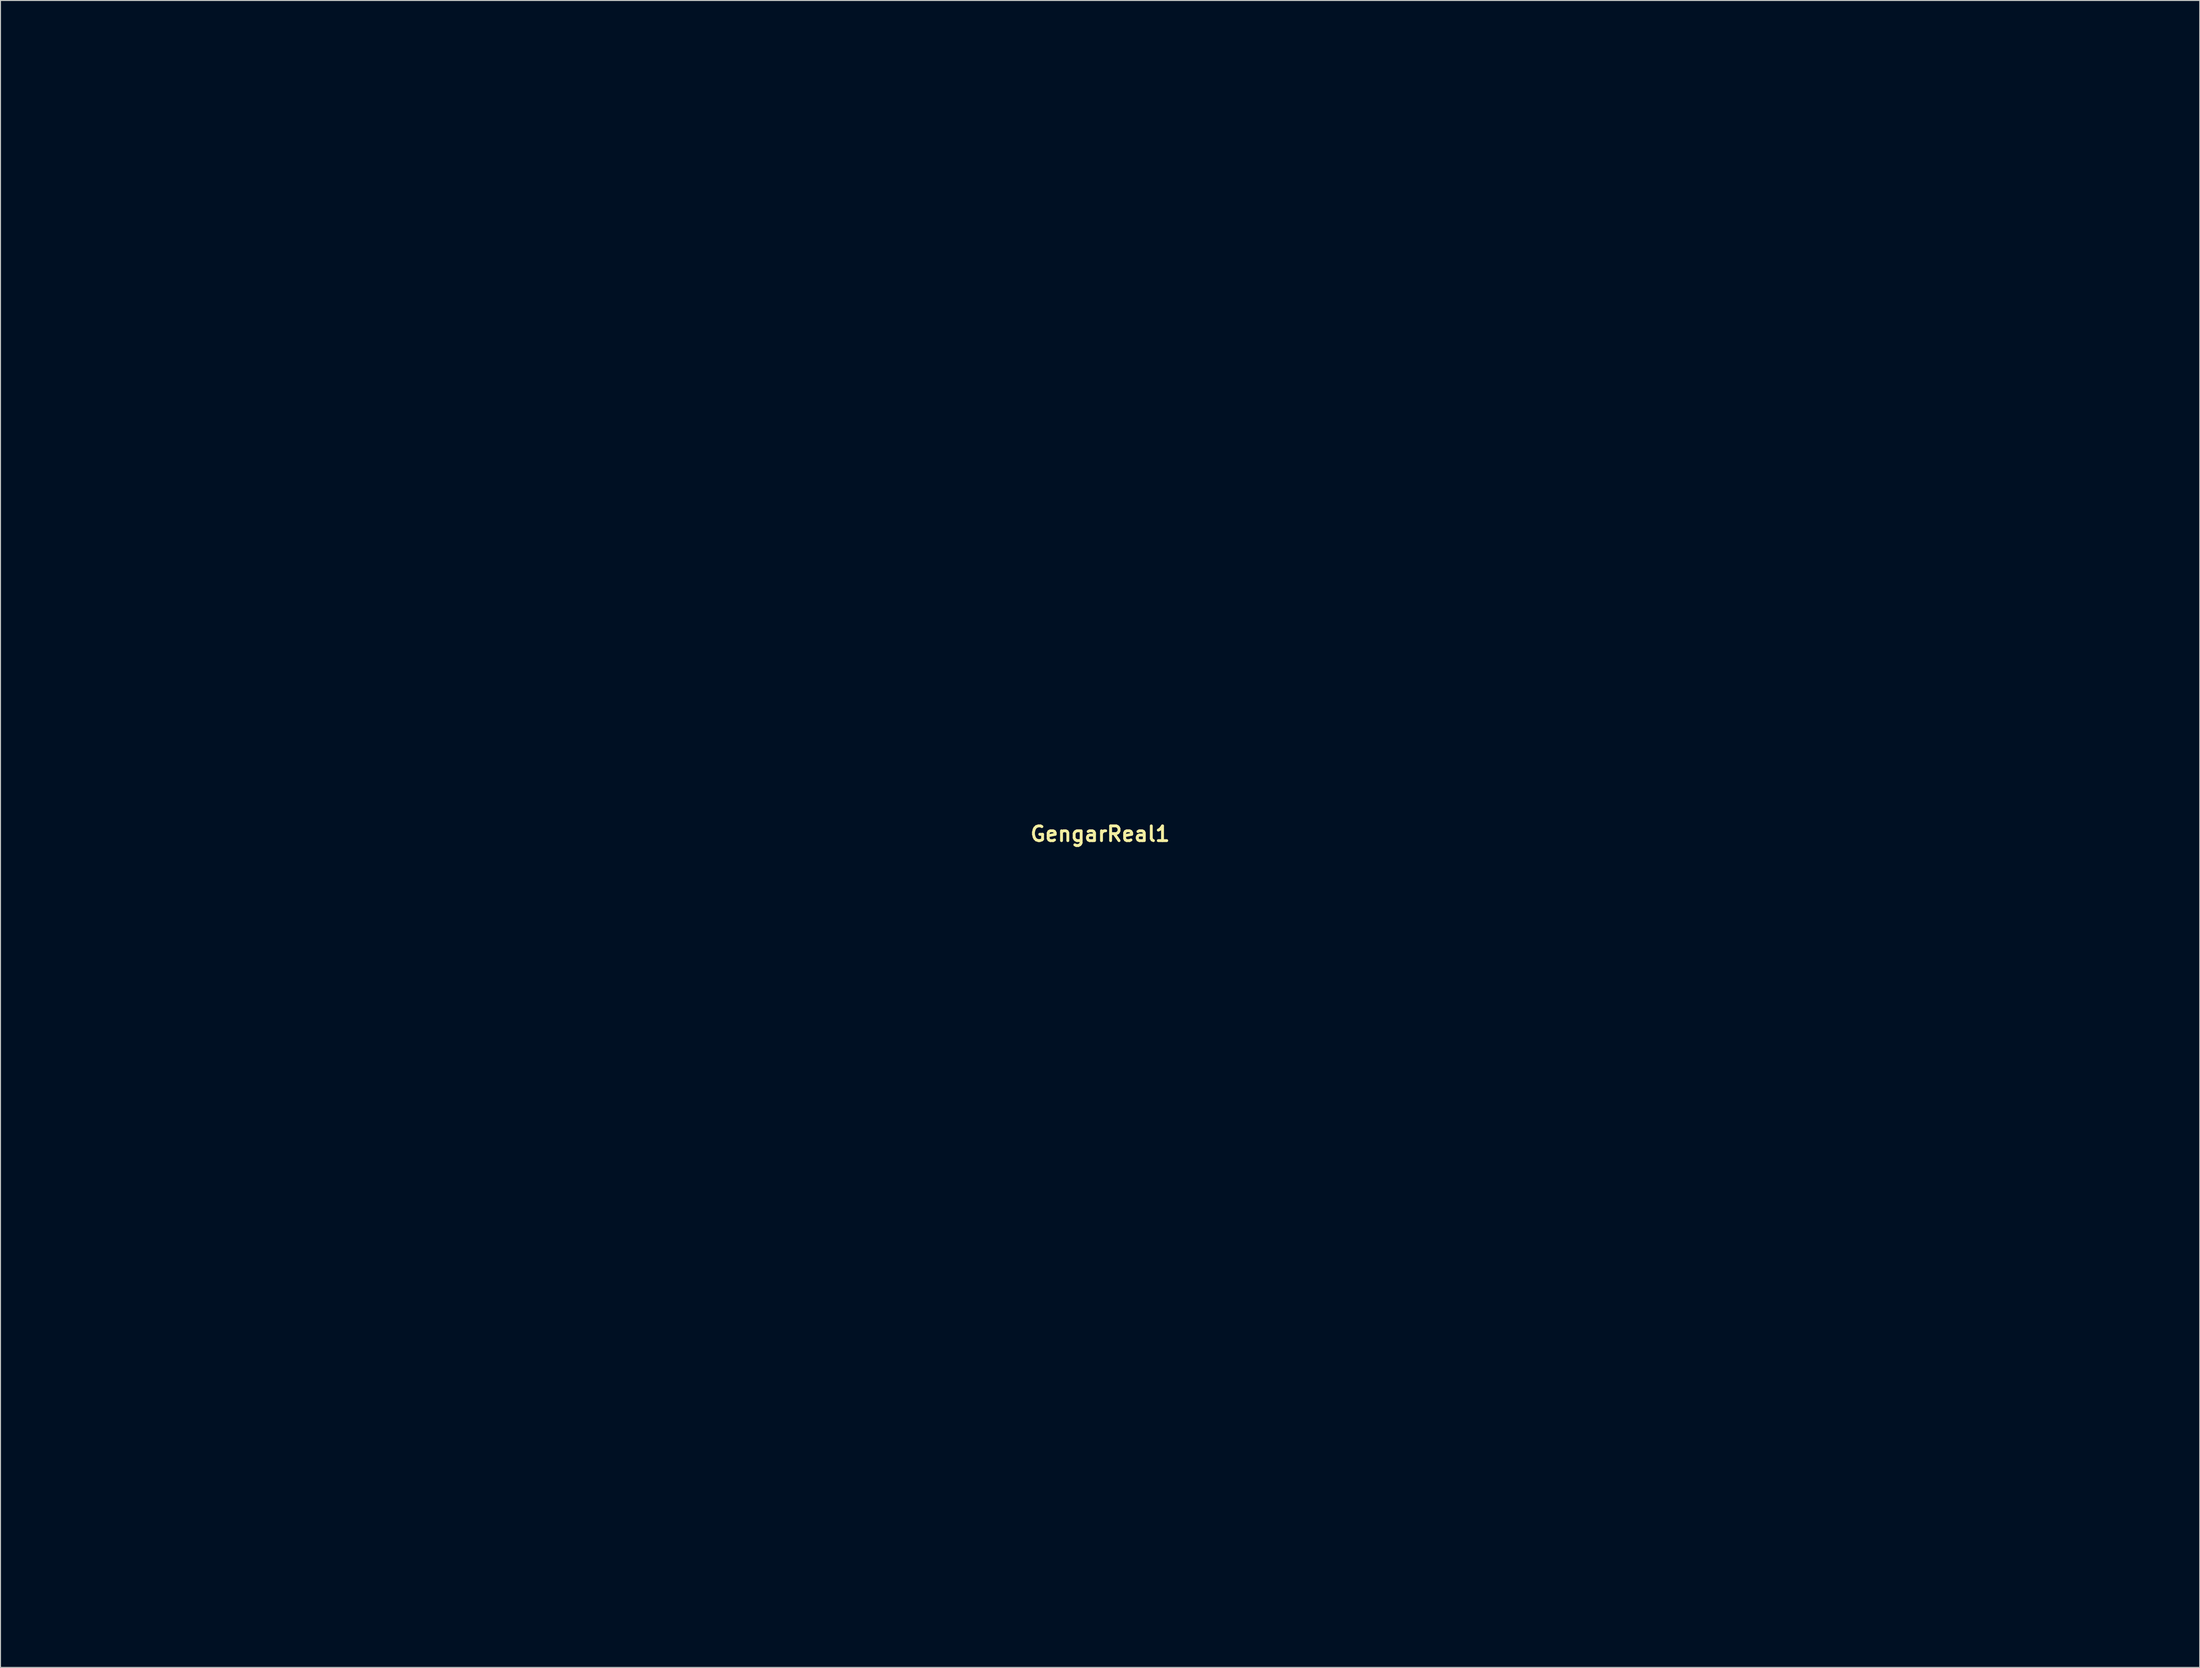
<source format=kicad_pcb>
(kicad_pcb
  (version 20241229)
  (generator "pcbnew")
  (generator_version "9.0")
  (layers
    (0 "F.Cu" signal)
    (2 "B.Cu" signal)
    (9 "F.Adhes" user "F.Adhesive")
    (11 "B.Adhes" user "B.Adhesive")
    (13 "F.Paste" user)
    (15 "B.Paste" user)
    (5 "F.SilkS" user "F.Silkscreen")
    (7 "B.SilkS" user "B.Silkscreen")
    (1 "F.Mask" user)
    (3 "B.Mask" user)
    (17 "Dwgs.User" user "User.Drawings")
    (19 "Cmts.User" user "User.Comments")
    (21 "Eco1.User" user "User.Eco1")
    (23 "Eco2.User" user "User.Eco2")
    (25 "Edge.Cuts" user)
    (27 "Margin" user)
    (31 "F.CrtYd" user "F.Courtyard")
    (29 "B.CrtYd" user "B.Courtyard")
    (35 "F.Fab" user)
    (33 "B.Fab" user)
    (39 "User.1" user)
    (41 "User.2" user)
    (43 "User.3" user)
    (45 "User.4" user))
  (footprint "GengarReal1"
    (layer "F.Cu")
    (at 110.777 83.261)
    (property "Reference" "GengarReal1" (at 0 0 0) (layer "F.SilkS") (effects (font (size 1.524 1.524) (thickness 0.3))))
    (attr through_hole)
    (fp_poly (pts (xy -34.039 -67.332) (xy -33.346 -67.179) (xy -33.221 -66.873) (xy -33.584 -66.393) (xy -34.407 -66.015) (xy -35.488 -66.064) (xy -36.541 -66.515) (xy -36.738 -66.663) (xy -37.571 -67.357) (xy -35.366 -67.369) (xy -34.039 -67.332)) (stroke (width 0.01) (type solid)) (fill no) (layer "Eco2.User"))
    (fp_poly (pts (xy 14.357 -38.659) (xy 14.353 -38.269) (xy 13.729 -37.712) (xy 13.67 -37.673) (xy 12.568 -37.05) (xy 11.917 -36.902) (xy 11.654 -37.22) (xy 11.642 -37.393) (xy 11.958 -38.12) (xy 12.77 -38.637) (xy 13.735 -38.806) (xy 14.357 -38.659)) (stroke (width 0.01) (type solid)) (fill no) (layer "Eco2.User"))
    (fp_poly (pts (xy -68.468 -44.856) (xy -68.421 -44.846) (xy -67.533 -44.549) (xy -67.328 -44.218) (xy -67.794 -43.936) (xy -68.574 -43.809) (xy -69.446 -43.781) (xy -69.771 -43.936) (xy -69.721 -44.278) (xy -69.529 -44.827) (xy -69.497 -44.963) (xy -69.197 -44.973) (xy -68.468 -44.856)) (stroke (width 0.01) (type solid)) (fill no) (layer "Eco2.User"))
    (fp_poly (pts (xy -69.162 -7.42) (xy -68.473 -6.867) (xy -67.593 -6.034) (xy -67.541 -5.981) (xy -65.82 -4.233) (xy -66.865 -4.261) (xy -67.81 -4.346) (xy -68.439 -4.484) (xy -69.485 -5.128) (xy -69.947 -6.024) (xy -69.934 -6.54) (xy -69.716 -7.265) (xy -69.514 -7.574) (xy -69.162 -7.42)) (stroke (width 0.01) (type solid)) (fill no) (layer "Eco2.User"))
    (fp_poly (pts (xy 42.576 -68.395) (xy 42.836 -68.296) (xy 43.857 -67.773) (xy 44.219 -67.264) (xy 43.959 -66.654) (xy 43.491 -66.167) (xy 42.356 -65.422) (xy 41.313 -65.349) (xy 40.448 -65.909) (xy 39.897 -66.864) (xy 39.942 -67.698) (xy 40.476 -68.304) (xy 41.39 -68.572) (xy 42.576 -68.395)) (stroke (width 0.01) (type solid)) (fill no) (layer "Eco2.User"))
    (fp_poly (pts (xy -67.069 -49.041) (xy -66.539 -48.476) (xy -65.958 -47.715) (xy -65.481 -46.963) (xy -65.265 -46.425) (xy -65.264 -46.397) (xy -65.559 -46.266) (xy -66.236 -46.254) (xy -66.982 -46.355) (xy -67.292 -46.448) (xy -67.585 -46.888) (xy -67.719 -47.698) (xy -67.682 -48.558) (xy -67.462 -49.147) (xy -67.393 -49.205) (xy -67.069 -49.041)) (stroke (width 0.01) (type solid)) (fill no) (layer "Eco2.User"))
    (fp_poly (pts (xy 73.81 -67.645) (xy 74.008 -67.299) (xy 74.275 -66.183) (xy 73.926 -65.371) (xy 73.015 -64.951) (xy 72.509 -64.911) (xy 71.516 -65.069) (xy 70.773 -65.45) (xy 70.757 -65.465) (xy 70.292 -66.085) (xy 70.331 -66.665) (xy 70.908 -67.408) (xy 71.092 -67.597) (xy 72.1 -68.269) (xy 73.04 -68.282) (xy 73.81 -67.645)) (stroke (width 0.01) (type solid)) (fill no) (layer "Eco2.User"))
    (fp_poly (pts (xy -76.605 -55.552) (xy -76.083 -55.297) (xy -75.484 -54.474) (xy -75.245 -53.338) (xy -75.396 -52.196) (xy -75.726 -51.587) (xy -76.674 -50.915) (xy -77.942 -50.59) (xy -79.11 -50.678) (xy -79.664 -51.163) (xy -79.971 -52.09) (xy -80.018 -53.238) (xy -79.797 -54.383) (xy -79.33 -55.264) (xy -78.648 -55.625) (xy -77.632 -55.722) (xy -76.605 -55.552)) (stroke (width 0.01) (type solid)) (fill no) (layer "Eco2.User"))
    (fp_poly (pts (xy -66.42 33.406) (xy -65.588 33.705) (xy -64.912 34.17) (xy -64.83 34.614) (xy -65.372 35.105) (xy -66.454 35.66) (xy -67.988 36.175) (xy -69.51 36.231) (xy -70.431 36.092) (xy -71.182 35.77) (xy -71.826 35.226) (xy -72.186 34.65) (xy -72.117 34.259) (xy -71.047 33.666) (xy -69.567 33.311) (xy -67.937 33.217) (xy -66.42 33.406)) (stroke (width 0.01) (type solid)) (fill no) (layer "Eco2.User"))
    (fp_poly (pts (xy -25.22 -72.383) (xy -25.278 -71.608) (xy -25.62 -70.487) (xy -25.887 -69.85) (xy -26.384 -69.197) (xy -27.243 -68.899) (xy -27.607 -68.859) (xy -28.454 -68.862) (xy -28.905 -69.006) (xy -28.928 -69.062) (xy -28.692 -69.521) (xy -28.096 -70.267) (xy -27.305 -71.129) (xy -26.487 -71.931) (xy -25.807 -72.5) (xy -25.467 -72.672) (xy -25.22 -72.383)) (stroke (width 0.01) (type solid)) (fill no) (layer "Eco2.User"))
    (fp_poly (pts (xy 73.656 -56.526) (xy 73.761 -56.407) (xy 74.049 -55.637) (xy 73.826 -54.872) (xy 73.052 -53.948) (xy 72.094 -53.25) (xy 71.093 -52.918) (xy 70.277 -53.014) (xy 70.085 -53.152) (xy 69.894 -53.456) (xy 70.001 -53.82) (xy 70.487 -54.363) (xy 71.435 -55.201) (xy 71.65 -55.382) (xy 72.662 -56.188) (xy 73.292 -56.551) (xy 73.656 -56.526)) (stroke (width 0.01) (type solid)) (fill no) (layer "Eco2.User"))
    (fp_poly (pts (xy 86.042 17.162) (xy 86.862 17.578) (xy 87.136 18.137) (xy 86.82 18.838) (xy 85.968 19.32) (xy 84.726 19.55) (xy 83.237 19.497) (xy 82.103 19.267) (xy 81.087 18.959) (xy 80.382 18.693) (xy 80.216 18.597) (xy 80.155 18.165) (xy 80.705 17.707) (xy 81.769 17.301) (xy 83.348 17) (xy 84.822 16.961) (xy 86.042 17.162)) (stroke (width 0.01) (type solid)) (fill no) (layer "Eco2.User"))
    (fp_poly (pts (xy -38.132 -39.661) (xy -37.202 -38.921) (xy -36.378 -37.897) (xy -36.046 -37.293) (xy -35.457 -35.872) (xy -35.121 -34.72) (xy -35.069 -33.971) (xy -35.188 -33.771) (xy -35.605 -33.869) (xy -36.43 -34.26) (xy -37.394 -34.806) (xy -38.72 -35.819) (xy -39.662 -36.963) (xy -40.163 -38.112) (xy -40.166 -39.139) (xy -39.697 -39.856) (xy -39.016 -40.009) (xy -38.132 -39.661)) (stroke (width 0.01) (type solid)) (fill no) (layer "Eco2.User"))
    (fp_poly (pts (xy -75.847 -3.357) (xy -76.162 -2.298) (xy -76.975 -1.273) (xy -78.087 -0.432) (xy -79.299 0.076) (xy -80.414 0.102) (xy -80.433 0.096) (xy -81.971 -0.601) (xy -83.05 -1.761) (xy -83.301 -2.205) (xy -83.679 -3.109) (xy -83.808 -3.765) (xy -83.777 -3.893) (xy -83.359 -4.031) (xy -82.389 -4.142) (xy -81.02 -4.213) (xy -79.707 -4.233) (xy -75.847 -4.233) (xy -75.847 -3.357)) (stroke (width 0.01) (type solid)) (fill no) (layer "Eco2.User"))
    (fp_poly (pts (xy 37.335 -46.021) (xy 37.332 -45.702) (xy 37.026 -45.248) (xy 36.31 -44.486) (xy 35.319 -43.556) (xy 34.951 -43.233) (xy 33.618 -42.12) (xy 32.733 -41.477) (xy 32.244 -41.274) (xy 32.103 -41.458) (xy 32.275 -41.84) (xy 32.711 -42.597) (xy 32.978 -43.029) (xy 33.698 -43.963) (xy 34.58 -44.821) (xy 35.504 -45.53) (xy 36.352 -46.015) (xy 37.002 -46.203) (xy 37.335 -46.021)) (stroke (width 0.01) (type solid)) (fill no) (layer "Eco2.User"))
    (fp_poly (pts (xy 74.748 33.623) (xy 75.501 33.872) (xy 75.867 34.182) (xy 75.817 34.367) (xy 75.418 34.513) (xy 74.535 34.747) (xy 73.375 35.021) (xy 72.146 35.29) (xy 71.056 35.505) (xy 70.314 35.622) (xy 70.18 35.631) (xy 69.858 35.362) (xy 69.85 35.285) (xy 70.157 34.871) (xy 70.934 34.391) (xy 71.962 33.941) (xy 73.027 33.62) (xy 73.805 33.519) (xy 74.748 33.623)) (stroke (width 0.01) (type solid)) (fill no) (layer "Eco2.User"))
    (fp_poly (pts (xy -7.036 -45.461) (xy -6.915 -44.593) (xy -7.235 -43.4) (xy -7.93 -42.046) (xy -8.927 -40.707) (xy -10.076 -39.561) (xy -11.199 -38.715) (xy -12.19 -38.215) (xy -12.945 -38.108) (xy -13.359 -38.439) (xy -13.406 -38.738) (xy -13.177 -39.578) (xy -12.432 -40.405) (xy -11.17 -41.269) (xy -9.534 -42.434) (xy -8.42 -43.724) (xy -7.862 -44.786) (xy -7.486 -45.531) (xy -7.215 -45.676) (xy -7.036 -45.461)) (stroke (width 0.01) (type solid)) (fill no) (layer "Eco2.User"))
    (fp_poly (pts (xy 34.097 -35.233) (xy 34.472 -34.643) (xy 34.765 -33.724) (xy 34.779 -33.653) (xy 34.765 -32.375) (xy 34.168 -31.273) (xy 32.939 -30.276) (xy 32.108 -29.812) (xy 30.985 -29.256) (xy 30.35 -29) (xy 30.064 -29.018) (xy 29.988 -29.285) (xy 29.986 -29.413) (xy 30.165 -30.47) (xy 30.639 -31.676) (xy 31.314 -32.894) (xy 32.094 -33.992) (xy 32.884 -34.835) (xy 33.59 -35.287) (xy 34.097 -35.233)) (stroke (width 0.01) (type solid)) (fill no) (layer "Eco2.User"))
    (fp_poly (pts (xy 57.218 -24.97) (xy 57.543 -24.795) (xy 57.525 -24.396) (xy 56.837 -23.852) (xy 55.496 -23.173) (xy 53.521 -22.369) (xy 53.021 -22.183) (xy 51.884 -21.737) (xy 51.009 -21.341) (xy 50.641 -21.123) (xy 49.998 -20.831) (xy 49.823 -20.814) (xy 49.607 -20.979) (xy 49.86 -21.529) (xy 50.077 -21.847) (xy 51.506 -23.26) (xy 53.492 -24.296) (xy 55.183 -24.78) (xy 56.458 -24.993) (xy 57.218 -24.97)) (stroke (width 0.01) (type solid)) (fill no) (layer "Eco2.User"))
    (fp_poly (pts (xy 93.282 -13.222) (xy 93.486 -12.931) (xy 93.162 -12.189) (xy 92.296 -11.468) (xy 91.053 -10.848) (xy 89.594 -10.409) (xy 88.082 -10.231) (xy 87.991 -10.231) (xy 87.002 -10.253) (xy 86.558 -10.394) (xy 86.499 -10.766) (xy 86.594 -11.201) (xy 86.831 -11.972) (xy 87.191 -12.445) (xy 87.855 -12.746) (xy 89.006 -13.006) (xy 89.225 -13.048) (xy 91.098 -13.332) (xy 92.47 -13.39) (xy 93.282 -13.222)) (stroke (width 0.01) (type solid)) (fill no) (layer "Eco2.User"))
    (fp_poly (pts (xy -38.64 27.313) (xy -37.839 27.613) (xy -36.825 28.073) (xy -35.796 28.597) (xy -34.952 29.09) (xy -34.492 29.454) (xy -34.489 29.457) (xy -34.365 29.951) (xy -34.281 30.919) (xy -34.237 32.18) (xy -34.233 33.556) (xy -34.267 34.868) (xy -34.339 35.935) (xy -34.447 36.58) (xy -34.525 36.689) (xy -34.887 36.42) (xy -35.446 35.74) (xy -35.712 35.358) (xy -36.52 34.016) (xy -37.308 32.499) (xy -38.017 30.949) (xy -38.591 29.507) (xy -38.97 28.313) (xy -39.098 27.508) (xy -39.028 27.269) (xy -38.64 27.313)) (stroke (width 0.01) (type solid)) (fill no) (layer "Eco2.User"))
    (fp_poly (pts (xy -69.173 -42.439) (xy -67.873 -42.286) (xy -66.383 -42.074) (xy -64.873 -41.827) (xy -63.51 -41.57) (xy -62.461 -41.328) (xy -62.177 -41.244) (xy -61.297 -40.863) (xy -61.102 -40.465) (xy -61.575 -39.954) (xy -61.907 -39.723) (xy -62.59 -38.991) (xy -62.701 -38.399) (xy -62.753 -37.791) (xy -63.17 -37.558) (xy -64.079 -37.654) (xy -64.461 -37.739) (xy -65.541 -38.109) (xy -66.402 -38.564) (xy -67.302 -39.248) (xy -68.295 -40.089) (xy -69.245 -40.961) (xy -70.016 -41.736) (xy -70.474 -42.285) (xy -70.534 -42.469) (xy -70.116 -42.508) (xy -69.173 -42.439)) (stroke (width 0.01) (type solid)) (fill no) (layer "Eco2.User"))
    (fp_poly (pts (xy -53.151 -36.76) (xy -52.937 -36.621) (xy -52.066 -35.841) (xy -51.487 -34.778) (xy -51.227 -33.969) (xy -50.619 -32.473) (xy -49.594 -31.013) (xy -48.062 -29.478) (xy -46.739 -28.375) (xy -45.961 -27.668) (xy -45.778 -27.238) (xy -46.206 -27.079) (xy -47.26 -27.184) (xy -48.956 -27.549) (xy -49.036 -27.569) (xy -50.641 -28.025) (xy -51.783 -28.562) (xy -52.574 -29.315) (xy -53.126 -30.418) (xy -53.551 -32.007) (xy -53.799 -33.291) (xy -54.046 -34.775) (xy -54.215 -36.012) (xy -54.284 -36.828) (xy -54.27 -37.038) (xy -53.92 -37.132) (xy -53.151 -36.76)) (stroke (width 0.01) (type solid)) (fill no) (layer "Eco2.User"))
    (fp_poly (pts (xy 73.962 21.799) (xy 74.079 21.967) (xy 73.765 22.494) (xy 72.951 23.115) (xy 71.812 23.727) (xy 70.525 24.227) (xy 69.943 24.389) (xy 68.868 24.661) (xy 67.357 25.063) (xy 65.653 25.53) (xy 64.691 25.8) (xy 62.854 26.284) (xy 61.316 26.619) (xy 60.165 26.794) (xy 59.488 26.796) (xy 59.374 26.613) (xy 59.461 26.522) (xy 60.037 26.17) (xy 61.112 25.634) (xy 62.527 24.981) (xy 64.122 24.281) (xy 65.739 23.603) (xy 67.219 23.015) (xy 68.402 22.588) (xy 68.828 22.458) (xy 70.614 22.025) (xy 72.141 21.763) (xy 73.296 21.685) (xy 73.962 21.799)) (stroke (width 0.01) (type solid)) (fill no) (layer "Eco2.User"))
    (fp_poly (pts (xy -32.127 -50.841) (xy -30.191 -49.981) (xy -28.465 -48.688) (xy -27.071 -47.078) (xy -26.129 -45.265) (xy -25.762 -43.364) (xy -25.761 -43.234) (xy -25.883 -42.011) (xy -26.192 -40.732) (xy -26.618 -39.586) (xy -27.091 -38.764) (xy -27.535 -38.453) (xy -27.746 -38.698) (xy -27.799 -39.483) (xy -27.703 -40.834) (xy -27.643 -42.806) (xy -27.96 -44.348) (xy -28.731 -45.569) (xy -30.032 -46.578) (xy -31.94 -47.484) (xy -32.565 -47.724) (xy -33.957 -48.276) (xy -34.825 -48.739) (xy -35.32 -49.213) (xy -35.571 -49.722) (xy -35.779 -50.538) (xy -35.595 -50.969) (xy -34.9 -51.133) (xy -34.149 -51.153) (xy -32.127 -50.841)) (stroke (width 0.01) (type solid)) (fill no) (layer "Eco2.User"))
    (fp_poly (pts (xy -32.459 30.091) (xy -31.533 30.368) (xy -30.297 30.765) (xy -29.945 30.882) (xy -27.256 31.777) (xy -27.046 33.312) (xy -26.919 34.446) (xy -26.797 35.909) (xy -26.685 37.554) (xy -26.592 39.234) (xy -26.525 40.805) (xy -26.49 42.118) (xy -26.496 43.029) (xy -26.548 43.391) (xy -26.552 43.392) (xy -26.915 43.208) (xy -27.719 42.716) (xy -28.822 42.004) (xy -29.429 41.601) (xy -30.654 40.741) (xy -31.659 39.959) (xy -32.29 39.379) (xy -32.409 39.22) (xy -32.546 38.66) (xy -32.68 37.618) (xy -32.803 36.252) (xy -32.905 34.718) (xy -32.979 33.176) (xy -33.017 31.783) (xy -33.009 30.696) (xy -32.949 30.074) (xy -32.895 29.986) (xy -32.459 30.091)) (stroke (width 0.01) (type solid)) (fill no) (layer "Eco2.User"))
    (fp_poly (pts (xy -27.761 -65.29) (xy -27.637 -65.182) (xy -27.368 -64.647) (xy -27.036 -63.624) (xy -26.694 -62.323) (xy -26.391 -60.952) (xy -26.178 -59.72) (xy -26.106 -58.891) (xy -26.297 -58.316) (xy -26.81 -58.3) (xy -27.558 -58.828) (xy -27.894 -59.178) (xy -28.751 -60.149) (xy -28.862 -59.002) (xy -29.088 -58.145) (xy -29.479 -57.856) (xy -29.934 -58.066) (xy -29.986 -58.232) (xy -30.26 -58.449) (xy -30.67 -58.391) (xy -31.156 -58.372) (xy -31.488 -58.794) (xy -31.727 -59.514) (xy -31.939 -60.622) (xy -32.06 -61.952) (xy -32.088 -63.3) (xy -32.023 -64.467) (xy -31.866 -65.251) (xy -31.735 -65.45) (xy -31.189 -65.447) (xy -30.86 -65.257) (xy -30.272 -65.016) (xy -29.399 -65.172) (xy -29.218 -65.233) (xy -28.317 -65.45) (xy -27.761 -65.29)) (stroke (width 0.01) (type solid)) (fill no) (layer "Eco2.User"))
    (fp_poly (pts (xy 12.346 23.251) (xy 12.347 23.345) (xy 12.236 24.187) (xy 11.939 25.492) (xy 11.513 27.06) (xy 11.016 28.689) (xy 10.503 30.181) (xy 10.183 30.996) (xy 9.636 32.179) (xy 8.945 33.527) (xy 8.194 34.893) (xy 7.466 36.135) (xy 6.843 37.108) (xy 6.409 37.667) (xy 6.287 37.747) (xy 5.998 37.612) (xy 5.997 37.599) (xy 5.927 37.217) (xy 5.736 36.284) (xy 5.452 34.942) (xy 5.106 33.328) (xy 5.101 33.305) (xy 4.766 31.653) (xy 4.519 30.231) (xy 4.383 29.193) (xy 4.383 28.694) (xy 4.756 28.274) (xy 5.556 27.636) (xy 6.512 26.981) (xy 7.879 26.052) (xy 9.393 24.944) (xy 10.405 24.152) (xy 11.411 23.352) (xy 11.995 22.967) (xy 12.27 22.948) (xy 12.346 23.251)) (stroke (width 0.01) (type solid)) (fill no) (layer "Eco2.User"))
    (fp_poly (pts (xy -74.006 -40.424) (xy -72.682 -40.035) (xy -71.115 -39.478) (xy -69.498 -38.83) (xy -68.025 -38.167) (xy -66.889 -37.565) (xy -66.417 -37.238) (xy -65.838 -36.637) (xy -65.692 -36.14) (xy -66.035 -35.703) (xy -66.922 -35.281) (xy -68.41 -34.828) (xy -69.902 -34.455) (xy -71.79 -34.01) (xy -73.108 -33.722) (xy -73.971 -33.577) (xy -74.494 -33.564) (xy -74.791 -33.672) (xy -74.977 -33.887) (xy -74.998 -33.92) (xy -74.951 -34.415) (xy -74.604 -34.798) (xy -74.159 -35.212) (xy -74.109 -35.399) (xy -74.501 -35.547) (xy -75.388 -35.815) (xy -76.582 -36.145) (xy -76.641 -36.161) (xy -78.017 -36.58) (xy -78.771 -36.997) (xy -78.975 -37.513) (xy -78.704 -38.233) (xy -78.441 -38.66) (xy -77.359 -39.738) (xy -75.921 -40.42) (xy -74.895 -40.571) (xy -74.006 -40.424)) (stroke (width 0.01) (type solid)) (fill no) (layer "Eco2.User"))
    (fp_poly (pts (xy -38.725 7.337) (xy -37.991 7.964) (xy -36.88 8.981) (xy -35.454 10.33) (xy -33.77 11.956) (xy -31.889 13.803) (xy -30.517 15.168) (xy -28.156 17.538) (xy -26.268 19.462) (xy -24.815 20.981) (xy -23.76 22.136) (xy -23.066 22.968) (xy -22.695 23.518) (xy -22.61 23.828) (xy -22.635 23.882) (xy -23.256 24.289) (xy -24.333 24.712) (xy -25.621 25.078) (xy -26.876 25.315) (xy -27.669 25.365) (xy -28.751 25.257) (xy -29.99 25.038) (xy -30.162 24.999) (xy -32.234 24.161) (xy -34.125 22.692) (xy -35.781 20.657) (xy -37.145 18.118) (xy -37.944 15.925) (xy -38.206 14.854) (xy -38.467 13.451) (xy -38.708 11.88) (xy -38.907 10.307) (xy -39.044 8.894) (xy -39.099 7.806) (xy -39.053 7.209) (xy -39.024 7.156) (xy -38.725 7.337)) (stroke (width 0.01) (type solid)) (fill no) (layer "Eco2.User"))
    (fp_poly (pts (xy -25.363 32.224) (xy -24.643 32.37) (xy -23.434 32.564) (xy -21.946 32.775) (xy -21.247 32.865) (xy -19.692 33.078) (xy -18.703 33.275) (xy -18.146 33.5) (xy -17.884 33.8) (xy -17.817 34.012) (xy -17.684 34.805) (xy -17.507 36.116) (xy -17.303 37.77) (xy -17.094 39.594) (xy -16.897 41.412) (xy -16.733 43.051) (xy -16.621 44.335) (xy -16.581 45.082) (xy -16.607 45.716) (xy -16.786 46.047) (xy -17.268 46.123) (xy -18.203 45.989) (xy -19.023 45.83) (xy -20.241 45.55) (xy -21.593 45.177) (xy -22.874 44.776) (xy -23.88 44.41) (xy -24.407 44.144) (xy -24.408 44.142) (xy -24.574 43.698) (xy -24.798 42.695) (xy -25.057 41.272) (xy -25.33 39.573) (xy -25.592 37.737) (xy -25.821 35.905) (xy -25.958 34.606) (xy -26.207 31.994) (xy -25.363 32.224)) (stroke (width 0.01) (type solid)) (fill no) (layer "Eco2.User"))
    (fp_poly (pts (xy 5.707 4.564) (xy 5.914 5.054) (xy 5.984 5.915) (xy 5.958 7.127) (xy 5.877 8.672) (xy 5.858 9.019) (xy 5.613 11.756) (xy 5.192 14.425) (xy 4.635 16.84) (xy 3.98 18.814) (xy 3.684 19.47) (xy 2.733 20.929) (xy 1.463 22.318) (xy 0.125 23.373) (xy -0.176 23.546) (xy -1.321 23.919) (xy -2.941 24.157) (xy -4.818 24.258) (xy -6.734 24.217) (xy -8.471 24.029) (xy -9.701 23.731) (xy -10.674 23.323) (xy -11.284 22.941) (xy -11.398 22.754) (xy -11.156 22.417) (xy -10.498 21.615) (xy -9.477 20.412) (xy -8.149 18.869) (xy -6.565 17.05) (xy -4.78 15.016) (xy -3.112 13.128) (xy -0.77 10.486) (xy 1.142 8.348) (xy 2.665 6.696) (xy 3.841 5.511) (xy 4.712 4.774) (xy 5.32 4.464) (xy 5.707 4.564)) (stroke (width 0.01) (type solid)) (fill no) (layer "Eco2.User"))
    (fp_poly (pts (xy 2.915 29.602) (xy 3.179 30.466) (xy 3.507 31.723) (xy 3.866 33.222) (xy 4.22 34.813) (xy 4.537 36.346) (xy 4.782 37.67) (xy 4.921 38.635) (xy 4.94 38.941) (xy 4.877 39.332) (xy 4.624 39.761) (xy 4.088 40.327) (xy 3.175 41.132) (xy 1.94 42.155) (xy 0.98 42.853) (xy -0.218 43.606) (xy -1.464 44.307) (xy -2.568 44.853) (xy -3.339 45.137) (xy -3.48 45.156) (xy -3.656 44.828) (xy -3.922 43.926) (xy -4.249 42.57) (xy -4.606 40.881) (xy -4.779 39.984) (xy -5.129 38.052) (xy -5.428 36.269) (xy -5.65 34.795) (xy -5.772 33.793) (xy -5.786 33.574) (xy -5.768 32.864) (xy -5.556 32.427) (xy -4.99 32.107) (xy -3.91 31.751) (xy -3.881 31.742) (xy -2.455 31.263) (xy -0.818 30.651) (xy 0.254 30.215) (xy 1.407 29.742) (xy 2.306 29.406) (xy 2.75 29.281) (xy 2.915 29.602)) (stroke (width 0.01) (type solid)) (fill no) (layer "Eco2.User"))
    (fp_poly (pts (xy -7.729 32.948) (xy -7.283 33.045) (xy -7.094 33.229) (xy -7.05 33.514) (xy -7.048 33.614) (xy -6.979 34.226) (xy -6.794 35.385) (xy -6.516 36.948) (xy -6.173 38.77) (xy -6.007 39.615) (xy -5.657 41.473) (xy -5.382 43.104) (xy -5.204 44.376) (xy -5.141 45.155) (xy -5.157 45.313) (xy -5.399 45.654) (xy -5.896 45.914) (xy -6.749 46.111) (xy -8.063 46.267) (xy -9.939 46.403) (xy -10.839 46.455) (xy -12.622 46.536) (xy -13.817 46.544) (xy -14.538 46.47) (xy -14.898 46.309) (xy -14.985 46.178) (xy -15.13 45.576) (xy -15.325 44.462) (xy -15.554 42.97) (xy -15.8 41.239) (xy -16.043 39.404) (xy -16.267 37.603) (xy -16.454 35.972) (xy -16.586 34.648) (xy -16.646 33.768) (xy -16.626 33.471) (xy -16.21 33.374) (xy -15.226 33.266) (xy -13.813 33.156) (xy -12.109 33.059) (xy -11.73 33.041) (xy -9.841 32.96) (xy -8.544 32.924) (xy -7.729 32.948)) (stroke (width 0.01) (type solid)) (fill no) (layer "Eco2.User"))
    (fp_poly (pts (xy 75.988 -52.352) (xy 76.283 -51.991) (xy 76.486 -51.412) (xy 76.534 -51.241) (xy 76.798 -50.229) (xy 76.81 -49.607) (xy 76.474 -49.12) (xy 75.695 -48.516) (xy 75.442 -48.333) (xy 74.365 -47.603) (xy 73.725 -47.317) (xy 73.429 -47.451) (xy 73.378 -47.781) (xy 73.176 -48.403) (xy 72.626 -48.469) (xy 71.815 -47.981) (xy 71.56 -47.752) (xy 70.898 -47.012) (xy 70.002 -45.871) (xy 69.019 -44.519) (xy 68.533 -43.812) (xy 65.909 -40.459) (xy 62.958 -37.724) (xy 59.662 -35.591) (xy 59.161 -35.333) (xy 57.71 -34.619) (xy 56.732 -34.18) (xy 56.068 -33.977) (xy 55.562 -33.969) (xy 55.055 -34.118) (xy 54.788 -34.223) (xy 54.284 -34.522) (xy 54.185 -35.001) (xy 54.347 -35.698) (xy 54.589 -36.879) (xy 54.681 -37.948) (xy 54.737 -38.526) (xy 54.954 -39.066) (xy 55.402 -39.626) (xy 56.154 -40.263) (xy 57.28 -41.031) (xy 58.852 -41.989) (xy 60.941 -43.193) (xy 62.176 -43.89) (xy 63.975 -45.099) (xy 65.185 -46.415) (xy 65.924 -47.967) (xy 65.956 -48.073) (xy 66.502 -49.428) (xy 67.284 -50.42) (xy 68.432 -51.14) (xy 70.071 -51.676) (xy 71.488 -51.974) (xy 73.352 -52.307) (xy 74.644 -52.492) (xy 75.482 -52.513) (xy 75.988 -52.352)) (stroke (width 0.01) (type solid)) (fill no) (layer "Eco2.User"))
    (fp_poly (pts (xy 49.833 33.173) (xy 51.539 33.214) (xy 52.687 33.288) (xy 53.351 33.401) (xy 53.604 33.558) (xy 53.612 33.602) (xy 53.324 33.972) (xy 52.563 34.582) (xy 51.471 35.324) (xy 50.976 35.631) (xy 49.796 36.372) (xy 48.888 36.993) (xy 48.392 37.398) (xy 48.341 37.478) (xy 48.624 37.855) (xy 49.368 38.398) (xy 50.387 38.998) (xy 51.493 39.541) (xy 52.362 39.875) (xy 53.378 40.049) (xy 54.873 40.128) (xy 56.625 40.119) (xy 58.414 40.026) (xy 60.02 39.856) (xy 61.031 39.665) (xy 61.508 39.576) (xy 61.514 39.716) (xy 61.011 40.171) (xy 60.678 40.444) (xy 57.814 42.953) (xy 55.532 45.376) (xy 54.859 46.214) (xy 53.991 47.434) (xy 53.129 48.799) (xy 52.366 50.141) (xy 51.798 51.289) (xy 51.519 52.076) (xy 51.506 52.199) (xy 51.828 52.404) (xy 52.676 52.535) (xy 53.475 52.564) (xy 54.649 52.622) (xy 55.206 52.816) (xy 55.137 53.175) (xy 54.434 53.729) (xy 53.085 54.508) (xy 52.794 54.662) (xy 50.411 56.057) (xy 48.652 57.4) (xy 47.446 58.75) (xy 47.198 59.137) (xy 46.658 59.971) (xy 46.246 60.259) (xy 45.768 60.086) (xy 45.472 59.872) (xy 45.122 59.327) (xy 44.88 58.257) (xy 44.733 56.729) (xy 44.675 55.401) (xy 44.682 54.35) (xy 44.749 53.772) (xy 44.769 53.732) (xy 45.193 53.405) (xy 46.001 52.931) (xy 46.329 52.758) (xy 47.24 52.153) (xy 48.373 51.205) (xy 49.493 50.11) (xy 49.575 50.023) (xy 50.53 48.863) (xy 51.478 47.496) (xy 52.336 46.072) (xy 53.019 44.741) (xy 53.445 43.653) (xy 53.529 42.959) (xy 53.517 42.921) (xy 53.12 42.677) (xy 52.188 42.371) (xy 50.882 42.05) (xy 50.049 41.883) (xy 46.356 40.895) (xy 43.036 39.391) (xy 40.175 37.41) (xy 39.703 36.995) (xy 38.763 36.101) (xy 38.069 35.379) (xy 37.754 34.965) (xy 37.747 34.937) (xy 38.045 34.665) (xy 38.814 34.247) (xy 39.558 33.914) (xy 40.298 33.635) (xy 41.055 33.434) (xy 41.961 33.299) (xy 43.146 33.216) (xy 44.743 33.175) (xy 46.882 33.162) (xy 47.496 33.161) (xy 49.833 33.173)) (stroke (width 0.01) (type solid)) (fill no) (layer "Eco2.User"))
    (fp_poly (pts (xy -47.018 35.984) (xy -46.699 36.116) (xy -46.49 36.579) (xy -46.162 37.607) (xy -45.752 39.076) (xy -45.294 40.862) (xy -44.965 42.231) (xy -43.626 47.949) (xy -44.389 51.403) (xy -45.104 54.851) (xy -45.583 57.722) (xy -45.825 60.107) (xy -45.826 62.094) (xy -45.583 63.774) (xy -45.094 65.236) (xy -44.356 66.57) (xy -43.907 67.199) (xy -43.241 68.115) (xy -42.798 68.811) (xy -42.686 69.071) (xy -42.985 69.479) (xy -43.71 69.941) (xy -44.609 70.329) (xy -45.426 70.515) (xy -45.563 70.517) (xy -46.442 70.423) (xy -47.588 70.24) (xy -47.873 70.185) (xy -49.328 69.804) (xy -50.31 69.348) (xy -50.722 68.869) (xy -50.711 68.702) (xy -50.329 68.387) (xy -49.473 67.974) (xy -48.573 67.638) (xy -47.51 67.234) (xy -46.782 66.863) (xy -46.567 66.646) (xy -46.828 66.311) (xy -47.538 65.646) (xy -48.585 64.75) (xy -49.742 63.815) (xy -50.995 62.817) (xy -52.015 61.99) (xy -52.692 61.424) (xy -52.917 61.212) (xy -52.64 60.995) (xy -51.918 60.523) (xy -50.976 59.941) (xy -49.977 59.292) (xy -49.276 58.755) (xy -49.036 58.466) (xy -49.308 56.897) (xy -50.023 55.282) (xy -51.028 53.957) (xy -51.138 53.854) (xy -51.946 53.201) (xy -52.742 52.801) (xy -53.781 52.561) (xy -55.001 52.415) (xy -56.311 52.263) (xy -57.025 52.107) (xy -57.253 51.908) (xy -57.145 51.676) (xy -56.165 50.911) (xy -54.666 50.246) (xy -52.831 49.746) (xy -50.987 49.488) (xy -49.72 49.375) (xy -48.782 49.26) (xy -48.343 49.164) (xy -48.331 49.149) (xy -48.502 48.787) (xy -48.886 48.164) (xy -49.209 47.584) (xy -49.111 47.217) (xy -48.494 46.829) (xy -48.289 46.722) (xy -47.57 46.304) (xy -47.413 46.011) (xy -47.721 45.7) (xy -48.299 45.449) (xy -49.392 45.11) (xy -50.828 44.735) (xy -51.934 44.48) (xy -54.805 43.84) (xy -57.056 43.308) (xy -58.762 42.862) (xy -59.997 42.481) (xy -60.834 42.145) (xy -61.349 41.833) (xy -61.404 41.786) (xy -61.863 41.276) (xy -61.942 41.01) (xy -61.543 40.931) (xy -60.614 40.851) (xy -59.329 40.785) (xy -58.842 40.768) (xy -56.248 40.53) (xy -53.967 40.009) (xy -52.15 39.244) (xy -51.533 38.838) (xy -50.678 38.181) (xy -51.858 37.571) (xy -52.589 37.155) (xy -52.755 36.887) (xy -52.433 36.623) (xy -52.387 36.597) (xy -51.581 36.312) (xy -50.418 36.089) (xy -49.121 35.948) (xy -47.913 35.906) (xy -47.018 35.984)) (stroke (width 0.01) (type solid)) (fill no) (layer "Eco2.User"))
    (fp_poly (pts (xy -41.416 -24.939) (xy -40.643 -24.584) (xy -39.952 -24.21) (xy -38.69 -23.51) (xy -37.187 -22.705) (xy -36.16 -22.17) (xy -33.845 -20.592) (xy -32.544 -19.234) (xy -31.788 -18.271) (xy -31.249 -17.528) (xy -31.044 -17.168) (xy -31.231 -16.798) (xy -31.726 -15.998) (xy -32.429 -14.918) (xy -33.24 -13.703) (xy -34.06 -12.501) (xy -34.791 -11.461) (xy -35.331 -10.728) (xy -35.572 -10.455) (xy -35.99 -10.513) (xy -36.88 -10.788) (xy -38.063 -11.223) (xy -38.276 -11.307) (xy -39.759 -11.889) (xy -41.621 -12.604) (xy -43.773 -13.42) (xy -46.129 -14.305) (xy -48.599 -15.226) (xy -51.097 -16.151) (xy -53.533 -17.048) (xy -55.819 -17.884) (xy -57.869 -18.626) (xy -59.593 -19.242) (xy -60.903 -19.7) (xy -61.712 -19.968) (xy -61.939 -20.023) (xy -61.821 -19.687) (xy -61.423 -18.804) (xy -60.785 -17.454) (xy -59.945 -15.72) (xy -58.943 -13.684) (xy -57.818 -11.426) (xy -57.697 -11.182) (xy -56.567 -8.915) (xy -55.563 -6.869) (xy -54.722 -5.124) (xy -54.082 -3.758) (xy -53.681 -2.854) (xy -53.557 -2.489) (xy -53.562 -2.485) (xy -53.996 -2.646) (xy -54.796 -3.03) (xy -55.105 -3.19) (xy -55.816 -3.664) (xy -56.464 -4.358) (xy -57.159 -5.414) (xy -58.009 -6.975) (xy -58.046 -7.046) (xy -58.891 -8.549) (xy -59.787 -9.925) (xy -60.595 -10.968) (xy -60.921 -11.3) (xy -61.69 -12.058) (xy -62.011 -12.703) (xy -62.015 -13.529) (xy -61.996 -13.691) (xy -61.963 -14.789) (xy -62.06 -16.188) (xy -62.177 -17.041) (xy -62.476 -18.365) (xy -62.895 -19.222) (xy -63.524 -19.829) (xy -64.442 -20.656) (xy -64.698 -21.307) (xy -64.303 -21.815) (xy -64.192 -21.879) (xy -63.716 -21.998) (xy -62.961 -21.937) (xy -61.811 -21.675) (xy -60.152 -21.19) (xy -59.531 -20.996) (xy -57.911 -20.484) (xy -56.497 -20.038) (xy -55.449 -19.707) (xy -54.945 -19.549) (xy -54.53 -19.54) (xy -54.355 -19.97) (xy -54.328 -20.614) (xy -54.239 -21.439) (xy -54.02 -21.859) (xy -53.967 -21.872) (xy -53.535 -21.668) (xy -52.714 -21.128) (xy -51.664 -20.358) (xy -51.41 -20.162) (xy -50.094 -19.181) (xy -48.742 -18.241) (xy -47.642 -17.544) (xy -47.625 -17.534) (xy -46.499 -16.992) (xy -45.056 -16.44) (xy -43.543 -15.959) (xy -42.206 -15.627) (xy -41.377 -15.522) (xy -41.125 -15.845) (xy -40.974 -16.711) (xy -40.924 -17.962) (xy -40.974 -19.445) (xy -41.123 -21.003) (xy -41.37 -22.48) (xy -41.43 -22.751) (xy -41.669 -23.882) (xy -41.79 -24.706) (xy -41.777 -25.015) (xy -41.416 -24.939)) (stroke (width 0.01) (type solid)) (fill no) (layer "Eco2.User"))
    (fp_poly (pts (xy -58.094 -2.801) (xy -56.849 -2.286) (xy -55.467 -1.577) (xy -54.151 -0.772) (xy -52.85 0.146) (xy -51.956 0.95) (xy -51.261 1.873) (xy -50.56 3.15) (xy -50.389 3.491) (xy -49.871 4.663) (xy -49.322 6.109) (xy -48.788 7.68) (xy -48.314 9.223) (xy -47.946 10.589) (xy -47.731 11.626) (xy -47.714 12.184) (xy -47.737 12.224) (xy -48.105 12.164) (xy -48.866 11.846) (xy -49.251 11.656) (xy -50.19 11.222) (xy -51.567 10.648) (xy -53.153 10.028) (xy -53.975 9.722) (xy -55.922 9.003) (xy -58.11 8.184) (xy -60.141 7.413) (xy -60.604 7.236) (xy -62.024 6.721) (xy -63.207 6.351) (xy -63.995 6.174) (xy -64.22 6.182) (xy -64.485 6.663) (xy -64.558 7.224) (xy -64.677 7.764) (xy -65.14 8.17) (xy -66.106 8.57) (xy -66.347 8.651) (xy -67.382 9.06) (xy -68.104 9.464) (xy -68.299 9.669) (xy -68.274 10.238) (xy -68.014 11.143) (xy -67.895 11.446) (xy -67.525 12.774) (xy -67.682 13.923) (xy -68.415 15.08) (xy -68.973 15.68) (xy -69.688 16.458) (xy -70.132 17.06) (xy -70.203 17.243) (xy -69.928 17.547) (xy -69.167 18.174) (xy -68.018 19.049) (xy -66.579 20.097) (xy -65.528 20.838) (xy -62.237 23.141) (xy -59.168 25.297) (xy -56.368 27.276) (xy -53.882 29.042) (xy -51.758 30.564) (xy -50.04 31.809) (xy -48.775 32.743) (xy -48.009 33.335) (xy -47.788 33.536) (xy -47.959 33.726) (xy -48.621 33.829) (xy -49.567 33.849) (xy -50.588 33.787) (xy -51.477 33.648) (xy -51.956 33.48) (xy -52.509 33.214) (xy -53.572 32.749) (xy -54.999 32.146) (xy -56.644 31.468) (xy -56.895 31.366) (xy -59.509 30.303) (xy -61.543 29.469) (xy -63.071 28.829) (xy -64.169 28.349) (xy -64.909 27.995) (xy -65.369 27.733) (xy -65.621 27.529) (xy -65.741 27.348) (xy -65.753 27.318) (xy -65.759 26.699) (xy -65.548 25.738) (xy -65.427 25.362) (xy -65.108 24.367) (xy -64.927 23.622) (xy -64.911 23.472) (xy -65.204 23.143) (xy -65.999 22.574) (xy -67.171 21.849) (xy -68.438 21.135) (xy -69.935 20.28) (xy -71.09 19.531) (xy -71.797 18.962) (xy -71.968 18.697) (xy -72.257 18.272) (xy -73.014 17.654) (xy -74.078 16.972) (xy -74.146 16.933) (xy -75.241 16.272) (xy -76.062 15.7) (xy -76.439 15.337) (xy -76.444 15.325) (xy -76.212 15.005) (xy -75.485 14.55) (xy -74.619 14.145) (xy -73.587 13.682) (xy -72.883 13.297) (xy -72.677 13.107) (xy -72.948 12.791) (xy -73.624 12.272) (xy -73.945 12.057) (xy -74.784 11.468) (xy -74.992 11.129) (xy -74.556 10.952) (xy -73.773 10.87) (xy -72.924 10.723) (xy -72.438 10.488) (xy -72.427 10.472) (xy -72.563 10.089) (xy -73.098 9.368) (xy -73.923 8.454) (xy -74.041 8.333) (xy -74.927 7.378) (xy -75.571 6.572) (xy -75.845 6.078) (xy -75.847 6.053) (xy -75.7 5.863) (xy -75.194 5.759) (xy -74.232 5.736) (xy -72.717 5.789) (xy -71.652 5.847) (xy -69.908 5.925) (xy -68.34 5.95) (xy -67.13 5.922) (xy -66.492 5.851) (xy -65.527 5.609) (xy -66.338 4.746) (xy -66.829 4.112) (xy -66.959 3.702) (xy -66.943 3.678) (xy -66.546 3.699) (xy -65.622 3.911) (xy -64.31 4.276) (xy -62.856 4.727) (xy -61.206 5.218) (xy -59.363 5.699) (xy -57.458 6.143) (xy -55.624 6.524) (xy -53.993 6.815) (xy -52.697 6.99) (xy -51.867 7.023) (xy -51.646 6.961) (xy -51.696 6.544) (xy -52.141 5.722) (xy -52.898 4.604) (xy -53.885 3.304) (xy -55.016 1.932) (xy -56.209 0.6) (xy -57.071 -0.283) (xy -58.141 -1.356) (xy -58.973 -2.238) (xy -59.469 -2.822) (xy -59.56 -2.999) (xy -59.048 -3.059) (xy -58.094 -2.801)) (stroke (width 0.01) (type solid)) (fill no) (layer "Eco2.User"))
    (fp_poly (pts (xy 44.445 -16.978) (xy 44.368 -16.221) (xy 44.334 -16.002) (xy 43.686 -14.155) (xy 42.376 -12.382) (xy 40.446 -10.741) (xy 40.268 -10.618) (xy 39.003 -9.702) (xy 38.241 -8.96) (xy 37.862 -8.229) (xy 37.749 -7.349) (xy 37.747 -7.192) (xy 37.993 -6.385) (xy 38.593 -6.073) (xy 39.346 -6.36) (xy 39.358 -6.37) (xy 39.845 -6.609) (xy 40.355 -6.352) (xy 40.628 -6.095) (xy 41.354 -5.369) (xy 45.813 -7.573) (xy 47.497 -8.395) (xy 49.016 -9.118) (xy 50.228 -9.675) (xy 50.991 -10) (xy 51.104 -10.04) (xy 51.937 -10.303) (xy 51.686 -7.797) (xy 51.577 -6.452) (xy 51.595 -5.676) (xy 51.752 -5.342) (xy 51.911 -5.301) (xy 52.445 -5.386) (xy 53.485 -5.608) (xy 54.852 -5.928) (xy 55.65 -6.124) (xy 57.07 -6.46) (xy 58.212 -6.694) (xy 58.919 -6.797) (xy 59.067 -6.784) (xy 59.072 -6.38) (xy 58.891 -5.762) (xy 58.636 -4.963) (xy 58.7 -4.496) (xy 59.193 -4.278) (xy 60.227 -4.226) (xy 60.942 -4.236) (xy 62.69 -4.258) (xy 63.762 -4.203) (xy 64.185 -4.03) (xy 63.988 -3.695) (xy 63.2 -3.155) (xy 62.078 -2.498) (xy 61.027 -1.86) (xy 60.272 -1.334) (xy 59.972 -1.031) (xy 59.972 -1.026) (xy 60.274 -0.761) (xy 61.024 -0.427) (xy 61.295 -0.334) (xy 62.636 0.2) (xy 63.343 0.753) (xy 63.5 1.224) (xy 63.281 1.644) (xy 62.684 2.475) (xy 61.798 3.597) (xy 60.713 4.895) (xy 60.646 4.973) (xy 59.264 6.637) (xy 57.806 8.491) (xy 56.476 10.27) (xy 55.734 11.323) (xy 54.659 12.807) (xy 53.499 14.245) (xy 52.438 15.415) (xy 52.007 15.825) (xy 51.168 16.605) (xy 50.621 17.191) (xy 50.487 17.443) (xy 50.874 17.546) (xy 51.819 17.717) (xy 53.182 17.933) (xy 54.821 18.17) (xy 54.856 18.175) (xy 57.882 18.506) (xy 60.501 18.591) (xy 62.204 18.512) (xy 63.691 18.404) (xy 64.605 18.38) (xy 65.074 18.457) (xy 65.229 18.653) (xy 65.209 18.922) (xy 64.779 19.535) (xy 63.783 20.213) (xy 62.351 20.903) (xy 60.61 21.546) (xy 58.69 22.088) (xy 57.15 22.405) (xy 54.382 22.884) (xy 52.201 23.286) (xy 50.497 23.638) (xy 49.159 23.967) (xy 48.075 24.297) (xy 47.136 24.654) (xy 46.652 24.867) (xy 45.077 25.647) (xy 44.107 26.29) (xy 43.673 26.862) (xy 43.703 27.426) (xy 43.761 27.547) (xy 43.849 27.908) (xy 43.652 28.31) (xy 43.079 28.848) (xy 42.039 29.622) (xy 41.412 30.06) (xy 39.563 31.318) (xy 38.194 32.18) (xy 37.223 32.681) (xy 36.567 32.851) (xy 36.146 32.723) (xy 35.877 32.329) (xy 35.845 32.25) (xy 35.689 31.678) (xy 35.741 31.118) (xy 36.063 30.459) (xy 36.721 29.586) (xy 37.78 28.385) (xy 38.502 27.603) (xy 39.542 26.456) (xy 40.927 24.881) (xy 42.559 22.995) (xy 44.334 20.916) (xy 46.153 18.761) (xy 47.385 17.286) (xy 49.172 15.137) (xy 50.978 12.966) (xy 52.702 10.895) (xy 54.245 9.043) (xy 55.505 7.531) (xy 56.155 6.753) (xy 57.217 5.463) (xy 58.089 4.367) (xy 58.684 3.579) (xy 58.914 3.21) (xy 58.914 3.206) (xy 58.611 2.961) (xy 57.834 2.593) (xy 57.15 2.327) (xy 56.164 1.914) (xy 55.524 1.532) (xy 55.386 1.351) (xy 55.573 0.887) (xy 56.05 0.069) (xy 56.444 -0.529) (xy 57.04 -1.437) (xy 57.424 -2.102) (xy 57.503 -2.308) (xy 57.174 -2.394) (xy 56.285 -2.443) (xy 54.979 -2.449) (xy 53.71 -2.42) (xy 49.918 -2.293) (xy 49.201 -3.787) (xy 48.661 -4.859) (xy 48.197 -5.479) (xy 47.668 -5.657) (xy 46.929 -5.406) (xy 45.838 -4.738) (xy 44.944 -4.133) (xy 43.191 -3.002) (xy 41.111 -1.758) (xy 38.905 -0.513) (xy 36.773 0.622) (xy 34.916 1.536) (xy 34.082 1.904) (xy 32.709 2.475) (xy 32.911 0.796) (xy 33.157 -0.382) (xy 33.611 -1.879) (xy 34.176 -3.377) (xy 34.195 -3.42) (xy 34.708 -4.661) (xy 35.09 -5.654) (xy 35.271 -6.219) (xy 35.278 -6.267) (xy 34.964 -6.397) (xy 34.156 -6.403) (xy 33.426 -6.331) (xy 32.364 -6.215) (xy 31.63 -6.182) (xy 31.434 -6.211) (xy 31.577 -6.512) (xy 32.09 -7.169) (xy 32.718 -7.881) (xy 33.683 -9.093) (xy 34.557 -10.464) (xy 34.904 -11.147) (xy 35.891 -12.961) (xy 37.082 -14.269) (xy 38.554 -15.218) (xy 39.356 -15.574) (xy 40.51 -16.024) (xy 41.804 -16.493) (xy 43.032 -16.908) (xy 43.983 -17.194) (xy 44.408 -17.282) (xy 44.445 -16.978)) (stroke (width 0.01) (type solid)) (fill no) (layer "Eco2.User"))
    (fp_poly (pts (xy -21.501 -38.586) (xy -20.982 -37.616) (xy -20.5 -36.337) (xy -20.114 -34.876) (xy -19.917 -33.69) (xy -19.559 -31.734) (xy -18.989 -30.349) (xy -18.149 -29.42) (xy -17.65 -29.11) (xy -16.086 -28.632) (xy -14.634 -28.818) (xy -13.372 -29.628) (xy -12.378 -31.023) (xy -11.973 -32.027) (xy -11.476 -33.204) (xy -10.874 -34.107) (xy -10.296 -34.553) (xy -10.176 -34.572) (xy -9.95 -34.264) (xy -9.891 -33.476) (xy -9.997 -32.414) (xy -10.205 -31.488) (xy -10.346 -30.668) (xy -10.257 -30.184) (xy -10.232 -30.163) (xy -9.904 -30.346) (xy -9.231 -30.979) (xy -8.309 -31.964) (xy -7.236 -33.202) (xy -7.2 -33.245) (xy -6.098 -34.56) (xy -5.134 -35.706) (xy -4.413 -36.556) (xy -4.046 -36.981) (xy -3.832 -37.05) (xy -3.599 -36.725) (xy -3.315 -35.924) (xy -2.95 -34.565) (xy -2.652 -33.332) (xy -2.162 -31.045) (xy -1.91 -29.237) (xy -1.888 -27.728) (xy -2.088 -26.336) (xy -2.322 -25.448) (xy -2.431 -24.858) (xy -2.122 -24.763) (xy -1.727 -24.864) (xy 0.923 -25.934) (xy 3.633 -27.555) (xy 6.225 -29.614) (xy 6.951 -30.3) (xy 8.36 -31.633) (xy 9.454 -32.529) (xy 10.372 -33.087) (xy 11.254 -33.407) (xy 11.301 -33.419) (xy 12.485 -33.713) (xy 14.001 -34.088) (xy 15.346 -34.419) (xy 17.195 -34.923) (xy 18.557 -35.442) (xy 19.643 -36.088) (xy 20.663 -36.968) (xy 21.094 -37.404) (xy 21.873 -38.135) (xy 22.467 -38.546) (xy 22.691 -38.575) (xy 22.811 -38.125) (xy 22.898 -37.175) (xy 22.931 -35.93) (xy 22.931 -35.925) (xy 22.957 -34.724) (xy 23.028 -33.86) (xy 23.126 -33.514) (xy 23.13 -33.514) (xy 23.509 -33.709) (xy 24.223 -34.2) (xy 24.551 -34.445) (xy 25.334 -34.967) (xy 25.874 -35.191) (xy 25.978 -35.17) (xy 25.977 -34.757) (xy 25.777 -33.875) (xy 25.429 -32.74) (xy 24.674 -30.515) (xy 25.408 -29.915) (xy 25.791 -29.512) (xy 25.999 -28.97) (xy 26.067 -28.099) (xy 26.035 -26.74) (xy 25.929 -24.165) (xy 27.041 -24.057) (xy 27.88 -24.151) (xy 29.31 -24.524) (xy 31.281 -25.161) (xy 33.741 -26.048) (xy 33.878 -26.099) (xy 35.749 -26.792) (xy 37.378 -27.377) (xy 38.657 -27.818) (xy 39.476 -28.075) (xy 39.729 -28.122) (xy 39.62 -27.79) (xy 39.194 -27.109) (xy 38.977 -26.805) (xy 38.056 -25.252) (xy 37.233 -23.199) (xy 36.481 -20.569) (xy 35.97 -18.277) (xy 35.164 -15.16) (xy 34.076 -12.455) (xy 33.82 -11.945) (xy 33 -10.491) (xy 32.3 -9.481) (xy 31.77 -8.969) (xy 31.459 -9.007) (xy 31.397 -9.352) (xy 31.422 -9.87) (xy 31.49 -10.954) (xy 31.592 -12.467) (xy 31.72 -14.273) (xy 31.786 -15.185) (xy 31.91 -17.046) (xy 31.996 -18.646) (xy 32.038 -19.857) (xy 32.032 -20.556) (xy 32.008 -20.673) (xy 31.651 -20.583) (xy 30.791 -20.219) (xy 29.547 -19.636) (xy 28.041 -18.89) (xy 27.683 -18.707) (xy 26.142 -17.927) (xy 24.845 -17.289) (xy 23.911 -16.85) (xy 23.458 -16.666) (xy 23.435 -16.666) (xy 23.356 -17.028) (xy 23.199 -17.966) (xy 22.981 -19.356) (xy 22.724 -21.077) (xy 22.583 -22.049) (xy 22.144 -25.04) (xy 21.725 -27.784) (xy 21.34 -30.203) (xy 21.001 -32.222) (xy 20.721 -33.764) (xy 20.513 -34.752) (xy 20.398 -35.106) (xy 20.16 -34.947) (xy 19.531 -34.368) (xy 18.501 -33.356) (xy 17.057 -31.898) (xy 15.187 -29.983) (xy 12.879 -27.597) (xy 10.121 -24.729) (xy 6.9 -21.365) (xy 4.605 -18.963) (xy 3.589 -17.925) (xy 2.746 -17.116) (xy 2.199 -16.65) (xy 2.071 -16.581) (xy 1.977 -16.906) (xy 1.944 -17.778) (xy 1.976 -19.04) (xy 2.015 -19.756) (xy 2.088 -21.152) (xy 2.109 -22.235) (xy 2.077 -22.849) (xy 2.042 -22.931) (xy 1.686 -22.767) (xy 0.835 -22.317) (xy -0.392 -21.647) (xy -1.878 -20.819) (xy -2.265 -20.601) (xy -3.797 -19.762) (xy -5.108 -19.094) (xy -6.078 -18.652) (xy -6.588 -18.494) (xy -6.629 -18.506) (xy -6.655 -18.918) (xy -6.569 -19.898) (xy -6.387 -21.319) (xy -6.125 -23.055) (xy -5.966 -24.011) (xy -5.676 -25.834) (xy -5.467 -27.384) (xy -5.354 -28.541) (xy -5.348 -29.187) (xy -5.393 -29.281) (xy -5.744 -29.068) (xy -6.569 -28.471) (xy -7.793 -27.544) (xy -9.341 -26.347) (xy -11.138 -24.937) (xy -13.106 -23.372) (xy -15.079 -21.799) (xy -16.878 -20.376) (xy -18.428 -19.16) (xy -19.654 -18.21) (xy -20.48 -17.586) (xy -20.831 -17.345) (xy -20.966 -17.632) (xy -21.072 -18.542) (xy -21.142 -19.994) (xy -21.171 -21.905) (xy -21.171 -22.107) (xy -21.185 -24.412) (xy -21.232 -26.102) (xy -21.332 -27.268) (xy -21.506 -27.999) (xy -21.771 -28.386) (xy -22.147 -28.52) (xy -22.536 -28.506) (xy -22.976 -28.356) (xy -23.485 -27.953) (xy -24.135 -27.213) (xy -24.995 -26.054) (xy -26.135 -24.395) (xy -26.458 -23.912) (xy -27.509 -22.361) (xy -28.428 -21.04) (xy -29.144 -20.052) (xy -29.583 -19.497) (xy -29.679 -19.414) (xy -29.976 -19.677) (xy -30.539 -20.374) (xy -31.226 -21.328) (xy -31.956 -22.459) (xy -32.321 -23.279) (xy -32.4 -24.025) (xy -32.336 -24.59) (xy -31.919 -25.863) (xy -31.152 -26.534) (xy -29.991 -26.637) (xy -29.709 -26.593) (xy -28.989 -26.522) (xy -28.383 -26.694) (xy -27.681 -27.212) (xy -26.937 -27.913) (xy -25.715 -29.196) (xy -24.832 -30.395) (xy -24.19 -31.708) (xy -23.688 -33.337) (xy -23.257 -35.325) (xy -22.955 -36.834) (xy -22.688 -38.064) (xy -22.493 -38.862) (xy -22.414 -39.087) (xy -21.998 -39.119) (xy -21.501 -38.586)) (stroke (width 0.01) (type solid)) (fill no) (layer "Eco2.User"))
    (fp_poly (pts (xy 110.772 83.256) (xy -110.772 83.256) (xy -110.772 -6.154) (xy -102.836 -6.154) (xy -102.801 -5.943) (xy -102.39 -5.829) (xy -101.975 -5.889) (xy -101.49 -5.879) (xy -101.2 -5.419) (xy -101.053 -4.794) (xy -100.768 -3.787) (xy -100.429 -3.317) (xy -100.107 -3.445) (xy -99.948 -3.845) (xy -99.65 -4.486) (xy -99.283 -4.43) (xy -98.857 -3.682) (xy -98.73 -3.351) (xy -98.321 -2.423) (xy -97.997 -2.19) (xy -97.729 -2.653) (xy -97.569 -3.339) (xy -97.264 -4.383) (xy -96.885 -4.761) (xy -96.46 -4.456) (xy -96.253 -4.077) (xy -95.817 -3.339) (xy -95.474 -3.29) (xy -95.194 -3.938) (xy -95.107 -4.322) (xy -94.875 -5.468) (xy -94.146 -4.322) (xy -93.532 -3.58) (xy -93.05 -3.409) (xy -92.797 -3.825) (xy -92.781 -4.078) (xy -92.642 -4.527) (xy -92.205 -4.426) (xy -91.439 -3.758) (xy -90.73 -2.99) (xy -89.408 -1.275) (xy -88.543 0.316) (xy -88.198 1.66) (xy -88.194 1.784) (xy -88.152 2.328) (xy -87.907 2.299) (xy -87.52 1.968) (xy -87.11 1.654) (xy -86.786 1.683) (xy -86.397 2.149) (xy -85.879 3.005) (xy -84.742 5.24) (xy -84.128 7.22) (xy -83.977 8.691) (xy -84.031 9.665) (xy -84.335 10.227) (xy -85.058 10.67) (xy -85.161 10.72) (xy -86.148 11.102) (xy -86.979 11.286) (xy -87.057 11.289) (xy -87.814 11.404) (xy -88.874 11.692) (xy -89.253 11.818) (xy -90.678 12.233) (xy -91.812 12.277) (xy -92.973 11.927) (xy -93.925 11.459) (xy -95.099 10.923) (xy -95.884 10.802) (xy -96.215 10.904) (xy -97.108 11.306) (xy -97.501 11.446) (xy -97.842 11.63) (xy -98.021 12.017) (xy -98.067 12.769) (xy -98.009 14.046) (xy -97.999 14.206) (xy -97.716 16.452) (xy -97.175 18.068) (xy -96.335 19.096) (xy -95.156 19.578) (xy -93.599 19.554) (xy -92.932 19.428) (xy -91.748 19.198) (xy -91.023 19.179) (xy -90.537 19.375) (xy -90.373 19.505) (xy -89.865 19.747) (xy -88.912 19.936) (xy -87.429 20.083) (xy -85.334 20.197) (xy -85.019 20.21) (xy -82.622 20.339) (xy -80.695 20.537) (xy -79.001 20.836) (xy -77.305 21.27) (xy -77.084 21.335) (xy -75.615 21.808) (xy -74.357 22.284) (xy -73.501 22.689) (xy -73.291 22.832) (xy -72.766 23.682) (xy -72.779 24.841) (xy -73.332 26.376) (xy -73.41 26.537) (xy -74.033 27.651) (xy -74.729 28.449) (xy -75.638 29) (xy -76.898 29.375) (xy -78.648 29.642) (xy -79.874 29.768) (xy -82.387 29.991) (xy -84.315 30.121) (xy -85.771 30.147) (xy -86.871 30.062) (xy -87.729 29.855) (xy -88.46 29.518) (xy -89.18 29.041) (xy -89.218 29.013) (xy -90.558 28.202) (xy -91.789 27.884) (xy -92.151 27.869) (xy -93.482 27.995) (xy -94.466 28.46) (xy -95.313 29.397) (xy -95.805 30.175) (xy -96.726 31.496) (xy -97.666 32.411) (xy -98.498 32.802) (xy -98.597 32.808) (xy -98.911 32.504) (xy -99.322 31.723) (xy -99.591 31.044) (xy -100.184 29.846) (xy -100.819 29.305) (xy -101.421 29.385) (xy -101.917 30.047) (xy -102.232 31.255) (xy -102.306 32.424) (xy -102.064 33.758) (xy -101.321 34.619) (xy -100.048 35.032) (xy -99.146 35.077) (xy -97.192 34.763) (xy -95.644 33.876) (xy -94.475 32.397) (xy -94.276 32.012) (xy -93.798 31.114) (xy -93.297 30.482) (xy -92.686 30.122) (xy -91.88 30.041) (xy -90.795 30.247) (xy -89.345 30.747) (xy -87.445 31.548) (xy -85.01 32.657) (xy -84.667 32.816) (xy -82.976 33.59) (xy -81.447 34.269) (xy -80.229 34.79) (xy -79.468 35.087) (xy -79.375 35.116) (xy -77.426 35.866) (xy -75.444 36.952) (xy -73.641 38.236) (xy -72.227 39.579) (xy -71.785 40.149) (xy -71.222 41.237) (xy -71.252 41.96) (xy -71.873 42.307) (xy -72.269 42.339) (xy -73.081 42.45) (xy -73.771 42.707) (xy -74.115 43.008) (xy -74.073 43.156) (xy -73.665 43.332) (xy -72.802 43.612) (xy -72.143 43.803) (xy -70.889 44.318) (xy -70.268 44.957) (xy -70.304 45.666) (xy -70.967 46.356) (xy -72.276 46.854) (xy -73.891 46.772) (xy -75.658 46.145) (xy -77.252 45.371) (xy -78.225 46.251) (xy -79.27 47.175) (xy -79.97 47.679) (xy -80.501 47.816) (xy -81.041 47.642) (xy -81.612 47.307) (xy -82.747 46.721) (xy -83.569 46.632) (xy -84.261 47.035) (xy -84.46 47.239) (xy -84.82 47.702) (xy -84.699 47.947) (xy -83.993 48.14) (xy -83.897 48.16) (xy -82.923 48.469) (xy -82.204 48.868) (xy -82.197 48.874) (xy -81.039 49.621) (xy -79.767 49.841) (xy -78.204 49.553) (xy -77.695 49.386) (xy -75.524 48.812) (xy -73.554 48.742) (xy -71.818 49.071) (xy -70.522 49.644) (xy -69.412 50.512) (xy -68.662 51.506) (xy -68.439 52.318) (xy -68.749 53.111) (xy -69.538 53.672) (xy -70.59 53.901) (xy -71.559 53.752) (xy -72.212 53.394) (xy -72.41 52.799) (xy -72.385 52.285) (xy -72.394 51.478) (xy -72.688 51.173) (xy -72.886 51.153) (xy -73.803 51.453) (xy -74.456 52.203) (xy -74.761 53.175) (xy -74.635 54.142) (xy -74.207 54.726) (xy -73.575 54.993) (xy -72.475 55.23) (xy -71.143 55.385) (xy -71.132 55.386) (xy -69.798 55.506) (xy -68.98 55.678) (xy -68.49 55.972) (xy -68.138 56.458) (xy -68.111 56.505) (xy -67.838 57.586) (xy -68.171 58.578) (xy -69.013 59.373) (xy -70.265 59.865) (xy -71.306 59.972) (xy -72.038 59.873) (xy -72.513 59.452) (xy -72.923 58.581) (xy -73.378 57.667) (xy -73.851 57.074) (xy -73.979 56.995) (xy -74.51 57.128) (xy -75.38 57.724) (xy -76.315 58.551) (xy -78.14 60.303) (xy -75.989 60.226) (xy -74.751 60.214) (xy -73.925 60.356) (xy -73.217 60.752) (xy -72.372 61.472) (xy -71.482 62.203) (xy -70.746 62.684) (xy -70.435 62.794) (xy -69.908 62.684) (xy -68.895 62.389) (xy -67.574 61.963) (xy -66.909 61.736) (xy -64.563 61.059) (xy -62.539 60.746) (xy -60.901 60.791) (xy -59.714 61.185) (xy -59.043 61.922) (xy -58.914 62.583) (xy -59.1 63.27) (xy -59.589 64.315) (xy -60.278 65.5) (xy -60.325 65.574) (xy -61.012 66.68) (xy -61.514 67.569) (xy -61.733 68.067) (xy -61.736 68.091) (xy -61.403 68.439) (xy -60.397 68.696) (xy -58.703 68.866) (xy -58.561 68.875) (xy -57.589 68.964) (xy -57.146 69.164) (xy -57.056 69.6) (xy -57.085 69.924) (xy -57.197 70.881) (xy -54.892 70.806) (xy -53.193 70.886) (xy -52.028 71.306) (xy -51.276 72.144) (xy -50.828 73.428) (xy -50.739 74.901) (xy -51.219 75.972) (xy -52.206 76.604) (xy -52.94 76.928) (xy -53.268 77.208) (xy -53.269 77.22) (xy -52.947 77.619) (xy -52.098 77.991) (xy -50.902 78.292) (xy -49.539 78.479) (xy -48.188 78.509) (xy -48.016 78.498) (xy -46.826 78.388) (xy -45.946 78.264) (xy -45.588 78.161) (xy -45.617 77.767) (xy -45.898 76.989) (xy -46.042 76.671) (xy -46.418 75.752) (xy -46.451 75.118) (xy -46.17 74.467) (xy -45.601 73.751) (xy -44.693 72.892) (xy -44.091 72.412) (xy -43.068 71.653) (xy -42.179 70.992) (xy -41.821 70.723) (xy -40.904 70.247) (xy -40.189 70.405) (xy -39.92 70.664) (xy -39.806 71.103) (xy -40.082 71.804) (xy -40.75 72.829) (xy -41.374 73.773) (xy -41.757 74.482) (xy -41.822 74.761) (xy -41.408 74.942) (xy -40.597 75.07) (xy -40.547 75.074) (xy -39.49 75.225) (xy -38.886 75.579) (xy -38.484 76.299) (xy -38.424 76.453) (xy -38.174 76.941) (xy -37.795 77.166) (xy -37.128 77.141) (xy -36.016 76.878) (xy -35.366 76.697) (xy -34.761 76.642) (xy -34.576 77.061) (xy -34.572 77.196) (xy -34.439 77.875) (xy -34.264 78.113) (xy -33.836 78.015) (xy -32.971 77.565) (xy -31.79 76.846) (xy -30.411 75.94) (xy -28.955 74.928) (xy -27.542 73.893) (xy -26.292 72.917) (xy -25.325 72.081) (xy -25.071 71.832) (xy -23.998 70.569) (xy -22.943 69.079) (xy -22.425 68.211) (xy -21.772 67.105) (xy -21.154 66.239) (xy -20.761 65.844) (xy -20.175 65.717) (xy -19.125 65.813) (xy -17.524 66.141) (xy -17.057 66.253) (xy -11.85 67.265) (xy -6.944 67.662) (xy -2.277 67.434) (xy 2.213 66.572) (xy 6.589 65.066) (xy 10.912 62.905) (xy 13.208 61.487) (xy 14.313 60.82) (xy 14.976 60.546) (xy 15.156 60.669) (xy 14.809 61.193) (xy 14.697 61.321) (xy 14.241 62.016) (xy 14.116 62.469) (xy 14.415 63.037) (xy 15.243 63.867) (xy 16.503 64.891) (xy 18.103 66.038) (xy 19.948 67.239) (xy 21.943 68.425) (xy 22.985 69) (xy 24.965 70.136) (xy 27.225 71.548) (xy 29.499 73.064) (xy 31.522 74.513) (xy 31.705 74.651) (xy 33.592 76.06) (xy 34.997 77.05) (xy 35.984 77.652) (xy 36.613 77.9) (xy 36.945 77.825) (xy 37.042 77.46) (xy 37.363 76.73) (xy 38.202 76.083) (xy 39.372 75.628) (xy 40.529 75.47) (xy 42.021 75.381) (xy 42.941 75.116) (xy 43.413 74.595) (xy 43.565 73.738) (xy 43.568 73.542) (xy 43.594 72.81) (xy 43.774 72.348) (xy 44.26 72.014) (xy 45.202 71.666) (xy 45.773 71.481) (xy 46.895 71.079) (xy 47.689 70.714) (xy 47.978 70.474) (xy 47.746 69.987) (xy 47.135 69.151) (xy 46.273 68.109) (xy 45.287 67.003) (xy 44.307 65.975) (xy 43.458 65.167) (xy 42.87 64.722) (xy 42.774 64.683) (xy 42.189 64.494) (xy 42.043 64.214) (xy 42.329 63.66) (xy 42.71 63.113) (xy 43.44 62.348) (xy 44.219 62.154) (xy 45.18 62.534) (xy 46.038 63.147) (xy 46.875 63.768) (xy 47.497 64.149) (xy 47.662 64.206) (xy 48.056 64.424) (xy 48.805 64.996) (xy 49.724 65.778) (xy 50.756 66.655) (xy 51.684 67.377) (xy 52.245 67.752) (xy 53.102 67.994) (xy 54.36 68.119) (xy 55.723 68.115) (xy 56.892 67.976) (xy 57.171 67.903) (xy 57.591 67.725) (xy 57.614 67.451) (xy 57.212 66.896) (xy 56.972 66.609) (xy 56.41 65.825) (xy 56.33 65.302) (xy 56.477 65.048) (xy 56.959 64.677) (xy 57.633 64.611) (xy 58.626 64.867) (xy 60.065 65.467) (xy 60.477 65.657) (xy 61.614 66.168) (xy 62.52 66.479) (xy 63.426 66.63) (xy 64.564 66.657) (xy 66.164 66.598) (xy 66.249 66.594) (xy 68.732 66.379) (xy 70.723 65.972) (xy 71.728 65.637) (xy 72.864 65.12) (xy 74.223 64.386) (xy 75.66 63.529) (xy 77.032 62.642) (xy 78.193 61.817) (xy 78.999 61.148) (xy 79.299 60.766) (xy 79.168 60.525) (xy 78.536 60.384) (xy 77.316 60.328) (xy 76.826 60.325) (xy 75.038 60.24) (xy 73.858 59.991) (xy 73.533 59.822) (xy 73.134 59.475) (xy 73.116 59.142) (xy 73.527 58.614) (xy 73.881 58.238) (xy 74.527 57.464) (xy 74.605 56.957) (xy 74.069 56.57) (xy 73.272 56.28) (xy 72.39 55.805) (xy 72.143 55.21) (xy 72.474 54.63) (xy 73.385 54.117) (xy 74.752 53.692) (xy 76.449 53.374) (xy 78.353 53.183) (xy 80.34 53.139) (xy 82.284 53.263) (xy 83.29 53.41) (xy 85.321 53.456) (xy 87.44 52.956) (xy 89.401 51.985) (xy 90.326 51.274) (xy 91.288 50.277) (xy 91.667 49.481) (xy 91.5 48.75) (xy 91.138 48.27) (xy 90.28 47.784) (xy 89.058 47.634) (xy 87.732 47.823) (xy 86.75 48.23) (xy 86.056 48.689) (xy 85.727 49.005) (xy 85.723 49.024) (xy 85.523 49.397) (xy 85.031 50.074) (xy 84.915 50.22) (xy 84.109 51.228) (xy 78.608 51.236) (xy 76.689 51.224) (xy 75.01 51.185) (xy 73.702 51.125) (xy 72.895 51.049) (xy 72.713 51.001) (xy 72.435 50.508) (xy 72.319 49.662) (xy 72.319 49.66) (xy 72.62 48.652) (xy 73.413 47.538) (xy 74.541 46.475) (xy 75.841 45.624) (xy 76.783 45.234) (xy 77.688 45.075) (xy 79.226 44.952) (xy 81.417 44.867) (xy 84.276 44.816) (xy 87.53 44.801) (xy 90.509 44.785) (xy 93.126 44.74) (xy 95.303 44.669) (xy 96.96 44.576) (xy 98.02 44.462) (xy 98.249 44.414) (xy 99.507 43.809) (xy 100.881 42.735) (xy 102.199 41.365) (xy 103.288 39.876) (xy 103.891 38.683) (xy 104.222 37.704) (xy 104.372 37.025) (xy 104.352 36.854) (xy 103.981 36.92) (xy 103.122 37.237) (xy 101.924 37.748) (xy 101.136 38.109) (xy 99.595 38.747) (xy 97.986 39.271) (xy 96.441 39.658) (xy 95.096 39.881) (xy 94.085 39.913) (xy 93.542 39.73) (xy 93.486 39.583) (xy 93.745 39.054) (xy 93.839 38.982) (xy 94.182 38.66) (xy 93.943 38.459) (xy 93.083 38.371) (xy 91.568 38.386) (xy 91.227 38.399) (xy 89.689 38.389) (xy 88.099 38.256) (xy 86.611 38.03) (xy 85.382 37.738) (xy 84.566 37.411) (xy 84.314 37.118) (xy 84.523 36.737) (xy 85.073 35.977) (xy 85.848 34.997) (xy 85.909 34.922) (xy 87.291 33.208) (xy 88.249 31.917) (xy 88.839 30.953) (xy 89.119 30.221) (xy 89.143 29.626) (xy 89.112 29.473) (xy 88.602 28.707) (xy 87.723 28.292) (xy 86.767 28.337) (xy 86.464 28.484) (xy 86.008 29.047) (xy 86.065 29.906) (xy 86.242 30.4) (xy 86.197 31.019) (xy 85.734 31.393) (xy 85.127 31.582) (xy 84.395 31.456) (xy 83.395 31.027) (xy 81.912 30.082) (xy 81.047 29.004) (xy 80.841 27.848) (xy 80.847 27.802) (xy 81.047 27.299) (xy 81.582 26.888) (xy 82.6 26.47) (xy 83.165 26.282) (xy 84.397 25.84) (xy 85.035 25.474) (xy 85.177 25.123) (xy 85.154 25.047) (xy 84.901 24.207) (xy 85.053 23.699) (xy 85.716 23.41) (xy 86.783 23.245) (xy 88.325 23.002) (xy 89.993 22.643) (xy 90.664 22.467) (xy 92.086 22.067) (xy 93.52 21.678) (xy 94.127 21.519) (xy 95.061 21.241) (xy 95.463 20.939) (xy 95.492 20.44) (xy 95.427 20.111) (xy 95.501 19.017) (xy 96.196 18.142) (xy 97.441 17.558) (xy 98.067 17.422) (xy 99.1 17.134) (xy 99.489 16.69) (xy 99.495 16.624) (xy 99.719 15.843) (xy 100.418 15.035) (xy 101.681 14.106) (xy 101.951 13.933) (xy 102.838 13.271) (xy 103.077 12.855) (xy 102.689 12.736) (xy 101.699 12.967) (xy 101.54 13.021) (xy 99.917 13.372) (xy 98.392 13.184) (xy 96.977 12.58) (xy 95.576 12.019) (xy 93.813 11.675) (xy 92.569 11.559) (xy 90.552 11.334) (xy 89.016 10.925) (xy 87.744 10.253) (xy 86.677 9.384) (xy 85.942 8.787) (xy 85.382 8.479) (xy 85.309 8.467) (xy 84.812 8.581) (xy 83.849 8.884) (xy 82.615 9.313) (xy 82.416 9.385) (xy 80.376 9.973) (xy 78.28 10.304) (xy 76.32 10.368) (xy 74.691 10.152) (xy 73.939 9.878) (xy 72.612 8.913) (xy 71.833 7.619) (xy 71.543 5.885) (xy 71.538 5.48) (xy 71.823 3.376) (xy 72.581 1.467) (xy 73.724 -0.062) (xy 74.436 -0.643) (xy 75.041 -1.02) (xy 75.58 -1.235) (xy 76.217 -1.286) (xy 77.117 -1.174) (xy 78.441 -0.902) (xy 79.502 -0.662) (xy 81.57 -0.191) (xy 82.338 -1.154) (xy 82.772 -1.637) (xy 83.248 -1.924) (xy 83.952 -2.065) (xy 85.072 -2.11) (xy 85.915 -2.113) (xy 88.181 -2.062) (xy 89.829 -1.905) (xy 90.941 -1.626) (xy 91.598 -1.21) (xy 91.766 -0.977) (xy 91.924 -0.352) (xy 91.586 0.285) (xy 91.366 0.533) (xy 90.538 1.196) (xy 89.748 1.564) (xy 89.014 1.833) (xy 88.91 2.071) (xy 89.363 2.236) (xy 90.296 2.283) (xy 90.928 2.248) (xy 92.957 2.078) (xy 91.375 3.064) (xy 90.484 3.68) (xy 90.211 4.042) (xy 90.392 4.165) (xy 90.923 4.142) (xy 92.021 4.008) (xy 93.562 3.78) (xy 95.419 3.477) (xy 97.089 3.185) (xy 99.32 2.777) (xy 100.968 2.449) (xy 102.147 2.168) (xy 102.971 1.9) (xy 103.553 1.61) (xy 104.007 1.266) (xy 104.224 1.06) (xy 104.851 0.4) (xy 105.007 0.052) (xy 104.74 -0.152) (xy 104.577 -0.213) (xy 103.52 -0.637) (xy 102.063 -1.283) (xy 100.431 -2.045) (xy 98.849 -2.817) (xy 97.541 -3.493) (xy 97.051 -3.767) (xy 95.494 -4.68) (xy 96.342 -5.149) (xy 97.228 -5.408) (xy 98.738 -5.572) (xy 100.754 -5.632) (xy 102.9 -5.703) (xy 104.621 -5.889) (xy 105.837 -6.175) (xy 106.468 -6.545) (xy 106.539 -6.737) (xy 106.394 -7.052) (xy 106.367 -7.056) (xy 105.836 -7.106) (xy 104.799 -7.242) (xy 103.406 -7.439) (xy 101.807 -7.677) (xy 100.155 -7.93) (xy 98.599 -8.176) (xy 97.29 -8.392) (xy 96.379 -8.555) (xy 96.016 -8.641) (xy 96.066 -9.054) (xy 96.524 -9.835) (xy 97.289 -10.869) (xy 98.257 -12.038) (xy 99.324 -13.227) (xy 100.388 -14.32) (xy 101.344 -15.199) (xy 102.091 -15.749) (xy 102.437 -15.876) (xy 103.318 -15.693) (xy 104.381 -15.233) (xy 105.392 -14.628) (xy 106.111 -14.014) (xy 106.307 -13.688) (xy 106.681 -13.277) (xy 107.333 -13.31) (xy 108.074 -13.703) (xy 108.715 -14.369) (xy 108.983 -14.895) (xy 109.251 -15.861) (xy 109.272 -16.675) (xy 108.98 -17.392) (xy 108.312 -18.069) (xy 107.201 -18.762) (xy 105.583 -19.527) (xy 103.393 -20.421) (xy 101.959 -20.974) (xy 99.65 -21.795) (xy 97.909 -22.277) (xy 96.69 -22.422) (xy 95.944 -22.235) (xy 95.623 -21.719) (xy 95.603 -21.474) (xy 95.268 -20.172) (xy 94.271 -18.683) (xy 92.958 -17.325) (xy 91.136 -15.893) (xy 89.223 -14.943) (xy 87.009 -14.391) (xy 85.137 -14.195) (xy 83.544 -14.056) (xy 82.59 -13.869) (xy 82.21 -13.62) (xy 82.197 -13.553) (xy 82.434 -12.974) (xy 82.55 -12.876) (xy 82.885 -12.302) (xy 82.731 -11.423) (xy 82.122 -10.41) (xy 82.069 -10.346) (xy 81.43 -9.446) (xy 81.004 -8.607) (xy 80.987 -8.554) (xy 80.78 -8.069) (xy 80.429 -7.688) (xy 79.816 -7.361) (xy 78.826 -7.036) (xy 77.34 -6.662) (xy 75.975 -6.351) (xy 73.817 -5.932) (xy 72.154 -5.746) (xy 71.152 -5.785) (xy 69.905 -6.019) (xy 69.789 -8.662) (xy 69.674 -11.306) (xy 72.76 -14.377) (xy 74.263 -15.925) (xy 75.251 -17.101) (xy 75.751 -17.984) (xy 75.791 -18.651) (xy 75.399 -19.182) (xy 74.612 -19.65) (xy 73.823 -20.084) (xy 73.4 -20.43) (xy 73.378 -20.488) (xy 73.695 -20.809) (xy 74.523 -21.192) (xy 75.68 -21.575) (xy 76.984 -21.895) (xy 78.017 -22.066) (xy 79.906 -22.347) (xy 81.329 -22.669) (xy 82.206 -23.009) (xy 82.458 -23.336) (xy 82.717 -23.643) (xy 83.475 -24.048) (xy 84.314 -24.373) (xy 85.485 -24.795) (xy 86.444 -25.183) (xy 86.843 -25.377) (xy 87.474 -25.627) (xy 88.608 -25.974) (xy 90.06 -26.369) (xy 91.642 -26.762) (xy 93.168 -27.105) (xy 94.278 -27.32) (xy 95.314 -27.376) (xy 96.303 -27.089) (xy 97.132 -26.65) (xy 98.103 -26.129) (xy 98.864 -25.805) (xy 99.1 -25.753) (xy 99.604 -25.886) (xy 100.577 -26.242) (xy 101.845 -26.756) (xy 102.421 -27.001) (xy 104.109 -27.818) (xy 105.588 -28.694) (xy 106.738 -29.543) (xy 107.439 -30.279) (xy 107.597 -30.687) (xy 107.526 -30.976) (xy 107.225 -30.96) (xy 106.567 -30.596) (xy 105.879 -30.151) (xy 104.745 -29.576) (xy 103.311 -29.077) (xy 102.444 -28.87) (xy 101.316 -28.698) (xy 100.343 -28.676) (xy 99.275 -28.827) (xy 97.859 -29.17) (xy 97.363 -29.305) (xy 95.089 -29.868) (xy 93.295 -30.135) (xy 91.817 -30.094) (xy 90.487 -29.734) (xy 89.141 -29.041) (xy 88.537 -28.652) (xy 87.152 -27.823) (xy 85.697 -27.108) (xy 84.507 -26.67) (xy 82.631 -26.216) (xy 80.698 -25.819) (xy 78.87 -25.507) (xy 77.31 -25.305) (xy 76.181 -25.239) (xy 75.798 -25.272) (xy 74.666 -25.233) (xy 73.243 -24.687) (xy 71.491 -23.612) (xy 69.376 -21.989) (xy 68.615 -21.349) (xy 66.571 -19.631) (xy 64.953 -18.35) (xy 63.684 -17.451) (xy 62.683 -16.881) (xy 61.872 -16.585) (xy 61.547 -16.528) (xy 60.791 -16.529) (xy 60.472 -16.892) (xy 60.395 -17.316) (xy 60.576 -18.178) (xy 61.211 -19.368) (xy 62.212 -20.764) (xy 63.487 -22.245) (xy 64.947 -23.689) (xy 65.414 -24.102) (xy 66.345 -24.958) (xy 66.988 -25.655) (xy 67.222 -26.061) (xy 67.214 -26.089) (xy 66.792 -26.289) (xy 65.895 -26.497) (xy 65.132 -26.614) (xy 63.487 -26.939) (xy 62.511 -27.415) (xy 62.214 -28.037) (xy 62.271 -28.285) (xy 62.656 -28.727) (xy 63.492 -29.407) (xy 64.625 -30.204) (xy 65.076 -30.497) (xy 66.424 -31.392) (xy 67.677 -32.296) (xy 68.606 -33.043) (xy 68.753 -33.177) (xy 69.574 -33.831) (xy 70.298 -34.196) (xy 70.464 -34.223) (xy 71.472 -34.448) (xy 72.773 -35.03) (xy 74.142 -35.844) (xy 75.359 -36.766) (xy 75.878 -37.268) (xy 76.811 -38.093) (xy 78.138 -39.027) (xy 79.606 -39.894) (xy 79.908 -40.051) (xy 81.156 -40.672) (xy 82.101 -41.072) (xy 82.961 -41.295) (xy 83.954 -41.385) (xy 85.299 -41.386) (xy 86.403 -41.361) (xy 88.945 -41.372) (xy 90.9 -41.56) (xy 92.369 -41.949) (xy 93.456 -42.561) (xy 94.025 -43.114) (xy 94.742 -44.103) (xy 94.923 -44.697) (xy 94.578 -44.866) (xy 93.717 -44.576) (xy 93.574 -44.506) (xy 92.925 -44.243) (xy 92.084 -44.041) (xy 90.937 -43.883) (xy 89.364 -43.757) (xy 87.248 -43.648) (xy 86.254 -43.607) (xy 84.162 -43.506) (xy 82.221 -43.381) (xy 80.582 -43.242) (xy 79.396 -43.102) (xy 78.929 -43.013) (xy 77.915 -42.591) (xy 76.844 -41.92) (xy 75.904 -41.149) (xy 75.284 -40.425) (xy 75.142 -40.031) (xy 74.855 -39.277) (xy 74.113 -38.389) (xy 73.098 -37.543) (xy 71.988 -36.916) (xy 71.924 -36.889) (xy 71.039 -36.56) (xy 70.49 -36.405) (xy 70.411 -36.41) (xy 69.783 -38.092) (xy 69.557 -39.931) (xy 69.74 -41.676) (xy 70.234 -42.914) (xy 71.182 -44.105) (xy 72.153 -44.619) (xy 72.899 -44.585) (xy 73.512 -44.698) (xy 74.535 -45.167) (xy 75.83 -45.899) (xy 77.261 -46.804) (xy 78.69 -47.79) (xy 79.981 -48.768) (xy 80.997 -49.644) (xy 81.602 -50.328) (xy 81.65 -50.412) (xy 82.042 -51.546) (xy 82.197 -52.705) (xy 82.197 -53.94) (xy 80.236 -54.046) (xy 78.275 -54.151) (xy 77.429 -56.621) (xy 76.848 -58.521) (xy 76.603 -59.894) (xy 76.685 -60.827) (xy 76.976 -61.313) (xy 77.561 -61.624) (xy 78.29 -61.727) (xy 78.868 -61.61) (xy 79.022 -61.383) (xy 79.291 -61.041) (xy 79.375 -61.031) (xy 79.692 -61.294) (xy 79.688 -61.965) (xy 79.432 -62.862) (xy 78.994 -63.805) (xy 78.443 -64.615) (xy 77.85 -65.11) (xy 77.789 -65.136) (xy 77.345 -65.526) (xy 76.701 -66.347) (xy 76.055 -67.33) (xy 75.286 -68.506) (xy 74.518 -69.537) (xy 74.018 -70.099) (xy 72.372 -71.193) (xy 70.388 -71.81) (xy 68.275 -71.92) (xy 66.242 -71.492) (xy 65.793 -71.308) (xy 64.94 -70.754) (xy 63.741 -69.751) (xy 62.293 -68.398) (xy 60.695 -66.797) (xy 59.041 -65.047) (xy 57.431 -63.25) (xy 55.96 -61.504) (xy 54.725 -59.91) (xy 54.574 -59.703) (xy 53.639 -58.367) (xy 53.075 -57.462) (xy 52.826 -56.858) (xy 52.832 -56.427) (xy 52.966 -56.144) (xy 53.178 -55.525) (xy 52.955 -54.919) (xy 52.226 -54.243) (xy 50.924 -53.411) (xy 50.547 -53.196) (xy 49.564 -52.612) (xy 48.889 -52.156) (xy 48.683 -51.953) (xy 48.996 -51.884) (xy 49.79 -51.925) (xy 50.327 -51.988) (xy 51.81 -52.375) (xy 53.138 -53.161) (xy 54.427 -54.438) (xy 55.794 -56.297) (xy 55.835 -56.359) (xy 56.975 -57.914) (xy 58.155 -59.218) (xy 59.258 -60.164) (xy 60.17 -60.641) (xy 60.421 -60.678) (xy 60.991 -60.334) (xy 61.465 -59.331) (xy 61.825 -57.712) (xy 61.908 -57.116) (xy 62.01 -55.94) (xy 61.894 -55.117) (xy 61.474 -54.308) (xy 61.037 -53.683) (xy 59.61 -52.226) (xy 57.921 -51.369) (xy 56.461 -51.153) (xy 55.862 -51.077) (xy 55.344 -50.767) (xy 54.769 -50.097) (xy 53.999 -48.94) (xy 53.955 -48.869) (xy 52.222 -46.562) (xy 50.046 -44.334) (xy 47.643 -42.377) (xy 45.224 -40.887) (xy 45.073 -40.811) (xy 43.755 -40.19) (xy 42.202 -39.497) (xy 40.559 -38.792) (xy 38.968 -38.134) (xy 37.575 -37.584) (xy 36.525 -37.2) (xy 35.96 -37.043) (xy 35.939 -37.042) (xy 35.662 -37.327) (xy 35.688 -38.07) (xy 35.993 -39.104) (xy 36.321 -39.834) (xy 37.476 -41.48) (xy 39.158 -42.871) (xy 41.433 -44.054) (xy 42.828 -44.589) (xy 43.293 -44.808) (xy 43.137 -45.081) (xy 42.889 -45.269) (xy 42.609 -45.555) (xy 42.726 -45.83) (xy 43.336 -46.2) (xy 44.044 -46.542) (xy 45.044 -47.115) (xy 46.121 -47.894) (xy 47.143 -48.76) (xy 47.979 -49.592) (xy 48.5 -50.271) (xy 48.572 -50.675) (xy 48.565 -50.683) (xy 48.163 -50.642) (xy 47.296 -50.321) (xy 46.116 -49.781) (xy 45.472 -49.456) (xy 43.976 -48.76) (xy 42.575 -48.255) (xy 41.4 -47.97) (xy 40.579 -47.935) (xy 40.241 -48.18) (xy 40.24 -48.242) (xy 40.444 -48.654) (xy 40.944 -49.435) (xy 41.403 -50.094) (xy 42.409 -51.207) (xy 43.95 -52.525) (xy 45.92 -53.958) (xy 46.054 -54.049) (xy 47.592 -55.131) (xy 49.051 -56.237) (xy 50.247 -57.224) (xy 50.904 -57.844) (xy 51.686 -58.752) (xy 52.042 -59.435) (xy 52.074 -60.13) (xy 52.029 -60.416) (xy 52.052 -61.782) (xy 52.375 -62.891) (xy 52.711 -63.915) (xy 52.674 -64.658) (xy 52.527 -65.007) (xy 51.65 -66.15) (xy 50.261 -67.301) (xy 48.993 -68.077) (xy 47.806 -68.6) (xy 46.116 -69.2) (xy 44.11 -69.826) (xy 41.978 -70.425) (xy 39.908 -70.943) (xy 38.09 -71.327) (xy 36.713 -71.525) (xy 36.678 -71.528) (xy 35.381 -71.594) (xy 34.537 -71.518) (xy 33.899 -71.247) (xy 33.276 -70.775) (xy 32.442 -69.864) (xy 31.956 -68.914) (xy 31.885 -68.104) (xy 32.171 -67.679) (xy 32.802 -67.391) (xy 33.761 -67.069) (xy 33.942 -67.018) (xy 35.287 -66.351) (xy 36.109 -65.291) (xy 36.336 -64.17) (xy 36.119 -63.141) (xy 35.455 -62.648) (xy 34.327 -62.68) (xy 34.012 -62.758) (xy 32.931 -62.978) (xy 32.348 -62.825) (xy 32.125 -62.224) (xy 32.103 -61.723) (xy 32.235 -60.969) (xy 32.697 -60.374) (xy 33.586 -59.881) (xy 35.001 -59.431) (xy 36.623 -59.054) (xy 38.21 -58.657) (xy 39.322 -58.254) (xy 39.848 -57.885) (xy 39.852 -57.878) (xy 39.829 -57.273) (xy 39.433 -56.26) (xy 38.749 -54.968) (xy 37.863 -53.526) (xy 36.859 -52.063) (xy 35.824 -50.707) (xy 34.841 -49.587) (xy 33.996 -48.833) (xy 33.791 -48.702) (xy 32.965 -48.375) (xy 32.557 -48.511) (xy 32.537 -49.026) (xy 32.877 -49.836) (xy 33.549 -50.858) (xy 34.522 -52.009) (xy 35.153 -52.644) (xy 36.071 -53.574) (xy 36.743 -54.356) (xy 37.038 -54.837) (xy 37.042 -54.867) (xy 36.701 -55.169) (xy 35.728 -55.416) (xy 34.193 -55.599) (xy 32.166 -55.708) (xy 30.303 -55.736) (xy 28.206 -55.626) (xy 26.641 -55.243) (xy 25.461 -54.51) (xy 24.522 -53.353) (xy 24.048 -52.492) (xy 23.502 -51.03) (xy 23.524 -49.979) (xy 24.116 -49.331) (xy 24.544 -49.174) (xy 25.496 -49.203) (xy 26.411 -49.631) (xy 27.035 -50.303) (xy 27.164 -50.779) (xy 27.363 -51.927) (xy 27.954 -52.498) (xy 28.366 -52.564) (xy 29.359 -52.282) (xy 29.901 -51.476) (xy 29.986 -50.808) (xy 29.662 -49.51) (xy 28.736 -48.512) (xy 27.604 -47.983) (xy 25.785 -47.408) (xy 24.517 -46.931) (xy 23.665 -46.479) (xy 23.097 -45.976) (xy 22.678 -45.347) (xy 22.594 -45.187) (xy 21.576 -43.696) (xy 20.179 -42.324) (xy 18.586 -41.202) (xy 16.976 -40.457) (xy 15.656 -40.217) (xy 15.016 -40.481) (xy 14.796 -41.204) (xy 14.988 -42.284) (xy 15.587 -43.615) (xy 15.903 -44.141) (xy 16.639 -45.462) (xy 16.85 -46.365) (xy 16.525 -46.916) (xy 15.655 -47.182) (xy 15.427 -47.206) (xy 14.502 -47.204) (xy 13.947 -46.883) (xy 13.49 -46.157) (xy 12.353 -44.515) (xy 10.938 -43.237) (xy 9.373 -42.376) (xy 7.782 -41.985) (xy 6.293 -42.117) (xy 5.217 -42.669) (xy 4.694 -43.331) (xy 4.126 -44.426) (xy 3.592 -45.742) (xy 3.169 -47.068) (xy 2.934 -48.19) (xy 2.957 -48.878) (xy 3.414 -49.301) (xy 4.146 -49.28) (xy 4.979 -48.913) (xy 5.735 -48.297) (xy 6.24 -47.531) (xy 6.35 -46.99) (xy 6.675 -46.115) (xy 7.535 -45.382) (xy 8.704 -44.949) (xy 9.632 -44.971) (xy 10.064 -45.482) (xy 9.978 -46.447) (xy 9.873 -46.756) (xy 9.717 -47.151) (xy 9.681 -47.436) (xy 9.867 -47.682) (xy 10.378 -47.962) (xy 11.318 -48.348) (xy 12.789 -48.911) (xy 13.14 -49.046) (xy 15.175 -50.135) (xy 16.679 -51.604) (xy 17.605 -53.377) (xy 17.905 -55.382) (xy 17.829 -56.297) (xy 17.748 -57.463) (xy 17.98 -58.327) (xy 18.325 -58.887) (xy 18.907 -59.935) (xy 19.274 -61.003) (xy 19.688 -61.935) (xy 20.608 -62.713) (xy 20.893 -62.881) (xy 22.201 -63.899) (xy 23.036 -65.145) (xy 23.283 -66.273) (xy 22.962 -67.105) (xy 22.107 -67.937) (xy 20.886 -68.676) (xy 19.464 -69.224) (xy 18.006 -69.486) (xy 17.709 -69.495) (xy 16.967 -69.419) (xy 15.789 -69.218) (xy 14.424 -68.935) (xy 14.363 -68.921) (xy 12.745 -68.474) (xy 11.6 -67.941) (xy 10.705 -67.22) (xy 9.861 -66.067) (xy 9.331 -64.728) (xy 9.201 -63.464) (xy 9.317 -62.925) (xy 9.535 -62.558) (xy 9.875 -62.669) (xy 10.255 -62.993) (xy 10.619 -63.297) (xy 10.825 -63.313) (xy 10.908 -62.927) (xy 10.903 -62.028) (xy 10.865 -61.023) (xy 10.76 -58.407) (xy 7.379 -58.396) (xy 5.802 -58.38) (xy 4.763 -58.319) (xy 4.096 -58.174) (xy 3.634 -57.904) (xy 3.21 -57.472) (xy 3.146 -57.398) (xy 2.474 -56.789) (xy 1.605 -56.4) (xy 0.3 -56.133) (xy 0.072 -56.1) (xy -1.262 -55.83) (xy -2.634 -55.361) (xy -4.165 -54.636) (xy -5.976 -53.594) (xy -8.187 -52.178) (xy -8.731 -51.816) (xy -9.866 -51.094) (xy -10.743 -50.608) (xy -11.231 -50.426) (xy -11.289 -50.464) (xy -11.139 -50.958) (xy -10.755 -51.848) (xy -10.401 -52.576) (xy -9.919 -53.66) (xy -9.815 -54.23) (xy -10.078 -54.251) (xy -10.697 -53.691) (xy -10.752 -53.631) (xy -11.403 -53.14) (xy -11.793 -53.28) (xy -11.82 -53.998) (xy -11.781 -54.173) (xy -11.721 -54.809) (xy -12.116 -55.02) (xy -12.46 -55.033) (xy -13.238 -54.807) (xy -14.22 -54.096) (xy -15.465 -52.853) (xy -16.338 -51.86) (xy -17.096 -51.235) (xy -17.807 -51.239) (xy -18.507 -51.894) (xy -19.233 -53.221) (xy -19.465 -53.764) (xy -20.087 -55.417) (xy -20.381 -56.606) (xy -20.362 -57.479) (xy -20.046 -58.19) (xy -19.949 -58.325) (xy -19.645 -59.022) (xy -19.791 -59.919) (xy -19.829 -60.031) (xy -20.004 -61.019) (xy -20.027 -62.326) (xy -19.975 -62.994) (xy -19.915 -64.215) (xy -19.948 -65.854) (xy -20.064 -67.628) (xy -20.135 -68.343) (xy -20.302 -69.939) (xy -20.367 -70.977) (xy -20.323 -71.599) (xy -20.161 -71.948) (xy -19.912 -72.142) (xy -19.316 -72.51) (xy -18.344 -73.13) (xy -17.237 -73.848) (xy -16.13 -74.611) (xy -15.504 -75.185) (xy -15.228 -75.731) (xy -15.169 -76.35) (xy -15.248 -77.12) (xy -15.616 -77.558) (xy -16.47 -77.889) (xy -16.533 -77.908) (xy -17.825 -78.179) (xy -19.222 -78.314) (xy -19.422 -78.317) (xy -20.947 -78.317) (xy -20.175 -77.597) (xy -19.517 -76.758) (xy -19.525 -76.018) (xy -20.02 -75.408) (xy -21.407 -74.604) (xy -23.129 -74.38) (xy -25.22 -74.731) (xy -25.694 -74.873) (xy -27.268 -75.272) (xy -28.938 -75.541) (xy -30.06 -75.614) (xy -31.179 -75.542) (xy -32.211 -75.289) (xy -33.262 -74.791) (xy -34.439 -73.983) (xy -35.85 -72.798) (xy -37.601 -71.172) (xy -38.099 -70.694) (xy -40.033 -68.942) (xy -41.601 -67.764) (xy -42.674 -67.209) (xy -43.832 -66.825) (xy -44.441 -66.725) (xy -44.605 -66.93) (xy -44.429 -67.462) (xy -44.385 -67.558) (xy -44.135 -68.367) (xy -44.367 -68.666) (xy -45.092 -68.465) (xy -45.387 -68.32) (xy -46.669 -67.466) (xy -47.635 -66.465) (xy -48.166 -65.469) (xy -48.201 -64.797) (xy -48.002 -64.266) (xy -47.632 -63.886) (xy -46.967 -63.609) (xy -45.88 -63.388) (xy -44.247 -63.176) (xy -43.744 -63.12) (xy -42.207 -62.922) (xy -41.192 -62.7) (xy -40.518 -62.394) (xy -40.002 -61.944) (xy -39.936 -61.87) (xy -39.425 -61.147) (xy -39.25 -60.593) (xy -39.259 -60.551) (xy -39.649 -60.292) (xy -40.547 -59.994) (xy -41.761 -59.719) (xy -41.821 -59.708) (xy -43.119 -59.413) (xy -44.181 -59.066) (xy -44.77 -58.745) (xy -45.079 -58.314) (xy -45.033 -57.803) (xy -44.691 -57.069) (xy -44.163 -56.223) (xy -43.34 -55.085) (xy -42.393 -53.892) (xy -42.33 -53.816) (xy -41.285 -52.419) (xy -40.698 -51.292) (xy -40.587 -50.497) (xy -40.971 -50.096) (xy -41.187 -50.062) (xy -41.749 -50.052) (xy -42.872 -50.044) (xy -44.41 -50.041) (xy -46.22 -50.042) (xy -46.919 -50.043) (xy -49.497 -50.03) (xy -51.43 -49.972) (xy -52.777 -49.863) (xy -53.597 -49.699) (xy -53.951 -49.472) (xy -53.975 -49.377) (xy -53.648 -49.134) (xy -52.721 -48.74) (xy -51.279 -48.225) (xy -49.404 -47.617) (xy -47.18 -46.944) (xy -45.861 -46.564) (xy -44.006 -45.922) (xy -42.788 -45.206) (xy -42.138 -44.362) (xy -41.981 -43.529) (xy -42.081 -42.941) (xy -42.449 -42.738) (xy -43.186 -42.923) (xy -44.393 -43.499) (xy -44.611 -43.614) (xy -45.536 -44.075) (xy -46.306 -44.327) (xy -47.162 -44.403) (xy -48.346 -44.339) (xy -49.194 -44.259) (xy -51.952 -44.039) (xy -54.211 -43.996) (xy -56.16 -44.144) (xy -57.985 -44.493) (xy -59.51 -44.935) (xy -61.041 -45.477) (xy -62.033 -45.951) (xy -62.635 -46.44) (xy -62.906 -46.84) (xy -63.348 -47.66) (xy -63.983 -48.82) (xy -64.558 -49.86) (xy -65.17 -51.025) (xy -65.45 -51.798) (xy -65.449 -52.381) (xy -65.297 -52.809) (xy -64.731 -53.437) (xy -63.803 -53.547) (xy -62.449 -53.146) (xy -62.332 -53.097) (xy -61.784 -53.052) (xy -61.496 -53.584) (xy -61.25 -54.095) (xy -60.861 -53.98) (xy -60.827 -53.952) (xy -60.184 -53.745) (xy -59.708 -54.09) (xy -59.619 -54.482) (xy -59.304 -54.932) (xy -58.49 -55.383) (xy -57.38 -55.734) (xy -56.974 -55.812) (xy -56.429 -56.041) (xy -56.331 -56.259) (xy -56.451 -56.446) (xy -56.783 -56.659) (xy -57.387 -56.916) (xy -58.323 -57.236) (xy -59.648 -57.635) (xy -61.424 -58.133) (xy -63.708 -58.746) (xy -66.561 -59.493) (xy -69.914 -60.358) (xy -70.833 -60.736) (xy -71.309 -61.223) (xy -71.326 -61.283) (xy -71.617 -61.661) (xy -72.399 -61.981) (xy -73.774 -62.282) (xy -73.908 -62.306) (xy -76.913 -62.684) (xy -79.347 -62.66) (xy -81.223 -62.234) (xy -82.551 -61.402) (xy -83.228 -60.441) (xy -83.972 -58.789) (xy -84.712 -57.054) (xy -85.398 -55.368) (xy -85.977 -53.863) (xy -86.398 -52.671) (xy -86.61 -51.924) (xy -86.62 -51.757) (xy -86.451 -51.113) (xy -86.267 -50.319) (xy -86.076 -49.637) (xy -85.814 -49.561) (xy -85.356 -49.933) (xy -84.854 -50.346) (xy -84.684 -50.252) (xy -84.667 -49.855) (xy -84.524 -49.069) (xy -84.071 -48.908) (xy -83.586 -49.132) (xy -83.079 -49.363) (xy -82.735 -49.236) (xy -82.511 -48.658) (xy -82.359 -47.533) (xy -82.275 -46.404) (xy -82.246 -44.438) (xy -82.492 -42.957) (xy -83.075 -41.77) (xy -84.057 -40.69) (xy -84.193 -40.568) (xy -85.614 -39.714) (xy -87.108 -39.547) (xy -88.547 -40.04) (xy -89.699 -40.502) (xy -90.769 -40.444) (xy -91.911 -39.827) (xy -92.882 -38.999) (xy -93.918 -37.92) (xy -94.417 -37.058) (xy -94.425 -36.23) (xy -93.988 -35.256) (xy -93.874 -35.064) (xy -92.638 -33.7) (xy -90.825 -32.67) (xy -88.567 -32.023) (xy -87.158 -31.818) (xy -86.356 -31.863) (xy -86.104 -32.181) (xy -86.341 -32.795) (xy -86.38 -32.859) (xy -86.676 -33.428) (xy -86.571 -33.772) (xy -85.951 -34.047) (xy -85.402 -34.211) (xy -84.602 -34.372) (xy -84.194 -34.181) (xy -83.998 -33.779) (xy -83.575 -33.246) (xy -82.705 -32.511) (xy -81.558 -31.716) (xy -81.282 -31.545) (xy -79.818 -30.571) (xy -78.783 -29.636) (xy -77.949 -28.523) (xy -77.698 -28.109) (xy -76.541 -26.407) (xy -75.341 -25.26) (xy -73.93 -24.53) (xy -73.105 -24.281) (xy -71.632 -23.603) (xy -70.674 -22.444) (xy -70.235 -20.81) (xy -70.204 -20.149) (xy -70.32 -18.968) (xy -70.756 -18.132) (xy -71.124 -17.748) (xy -72.081 -17.147) (xy -73.069 -16.958) (xy -73.891 -17.172) (xy -74.348 -17.78) (xy -74.373 -17.904) (xy -74.592 -18.475) (xy -75.152 -18.527) (xy -75.317 -18.49) (xy -75.834 -18.479) (xy -76.453 -18.753) (xy -77.301 -19.392) (xy -78.459 -20.429) (xy -79.816 -21.615) (xy -80.884 -22.306) (xy -81.83 -22.545) (xy -82.818 -22.376) (xy -83.945 -21.88) (xy -85.43 -20.808) (xy -86.58 -19.236) (xy -87.124 -18.064) (xy -87.359 -16.738) (xy -86.972 -15.651) (xy -86.029 -14.878) (xy -84.594 -14.493) (xy -83.99 -14.464) (xy -82.867 -14.792) (xy -81.702 -15.712) (xy -80.753 -16.919) (xy -80.191 -17.784) (xy -79.121 -16.918) (xy -78.519 -16.299) (xy -77.701 -15.286) (xy -76.766 -14.023) (xy -75.812 -12.652) (xy -74.936 -11.317) (xy -74.237 -10.162) (xy -73.813 -9.329) (xy -73.731 -9.034) (xy -73.978 -8.4) (xy -74.184 -8.177) (xy -74.826 -7.897) (xy -75.978 -7.613) (xy -77.445 -7.359) (xy -79.03 -7.165) (xy -80.54 -7.065) (xy -80.965 -7.058) (xy -82.303 -6.983) (xy -83.574 -6.796) (xy -83.955 -6.704) (xy -85.049 -6.497) (xy -85.876 -6.665) (xy -86.583 -7.301) (xy -87.315 -8.495) (xy -87.541 -8.934) (xy -88.577 -10.849) (xy -89.71 -12.697) (xy -90.848 -14.344) (xy -91.895 -15.656) (xy -92.757 -16.5) (xy -92.94 -16.626) (xy -94.203 -17.004) (xy -95.659 -16.807) (xy -97.19 -16.09) (xy -98.675 -14.91) (xy -99.996 -13.324) (xy -100.05 -13.243) (xy -100.629 -12.23) (xy -101.246 -10.927) (xy -101.838 -9.501) (xy -102.342 -8.119) (xy -102.696 -6.948) (xy -102.836 -6.154) (xy -110.772 -6.154) (xy -110.772 -83.256) (xy 110.772 -83.256) (xy 110.772 83.256)) (stroke (width 0.01) (type solid)) (fill no) (layer "Eco2.User")))
  (gr_rect
    (start -3 -3)
    (end 224.554 169.521)
    (stroke (width 0.1) (type default))
    (fill no)
    (layer "Edge.Cuts")))
</source>
